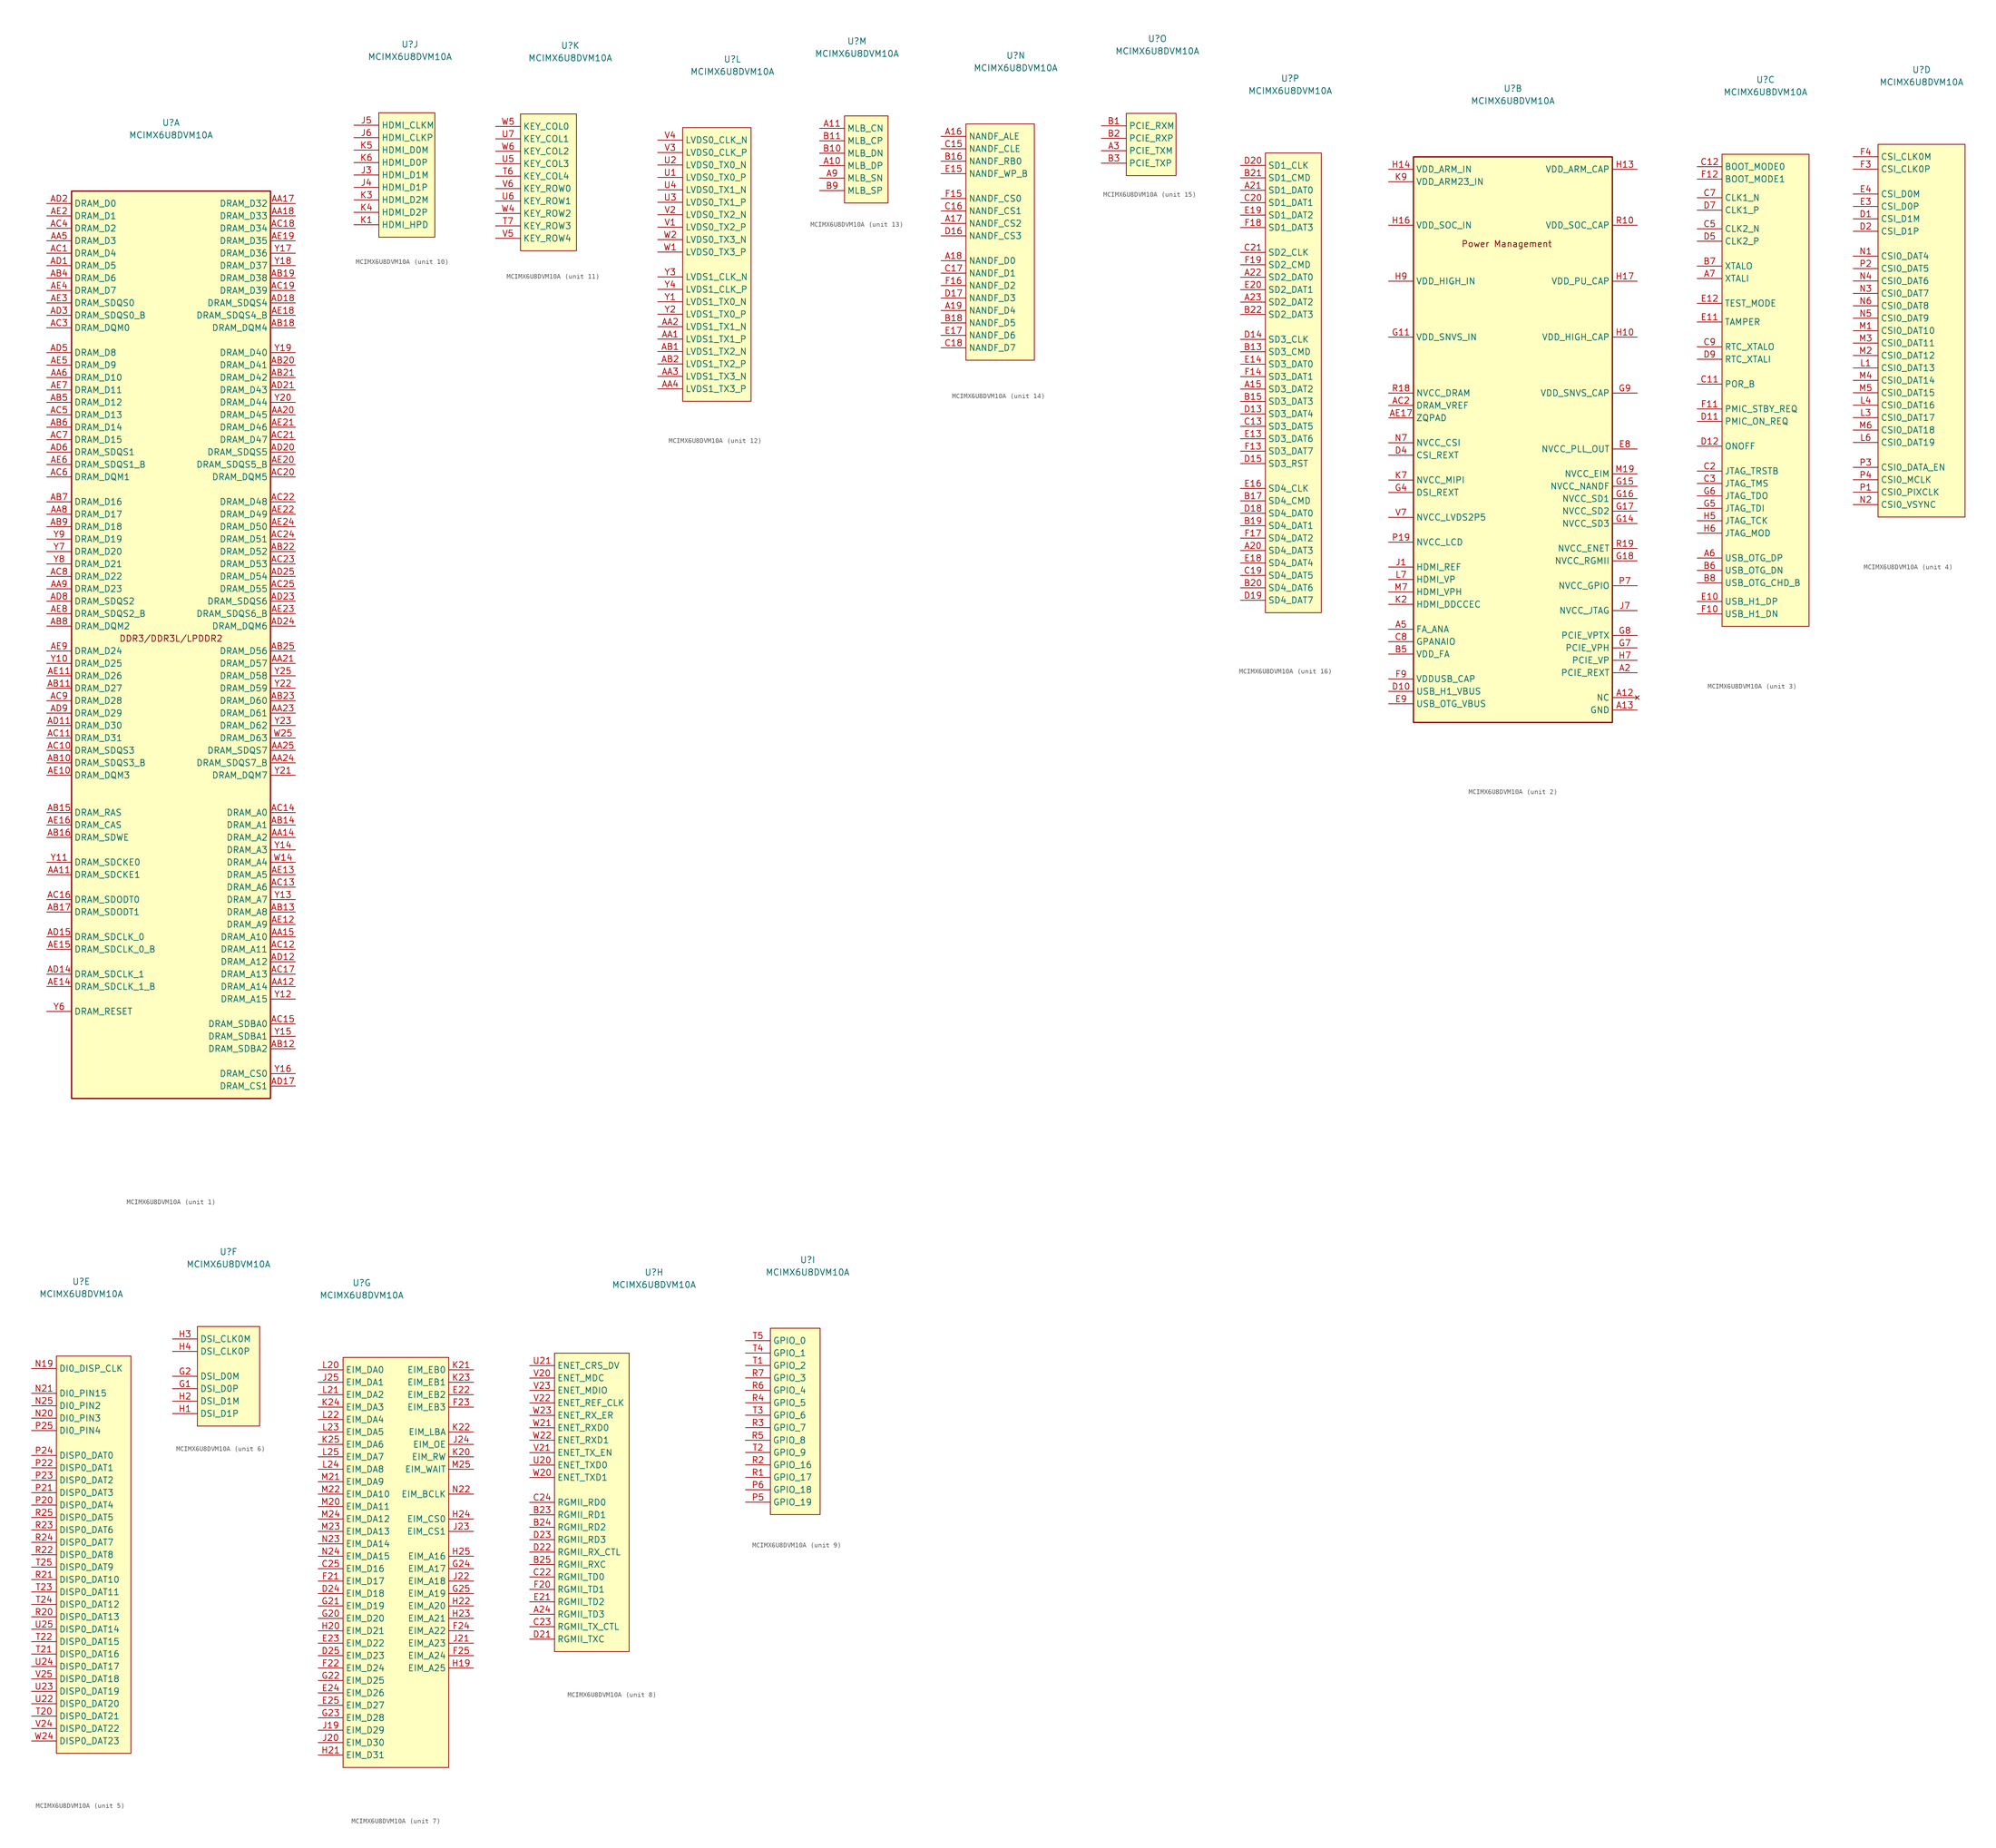
<source format=kicad_sym>
(kicad_symbol_lib
  (version 20220914)
  (generator kicad_symbol_editor)
  (symbol "MCIMX6U8DVM10A"
    (property "Reference" "U"
      (at 0 13.97 0)
      (effects (font (size 1.27 1.27))))
    (property "Value" "MCIMX6U8DVM10A"
      (at 0 11.43 0)
      (effects (font (size 1.27 1.27))))
    (property "ki_locked" ""
      (at 0 0 0)
      (effects (font (size 1.27 1.27))))
    (symbol "MCIMX6U8DVM10A_1_0"
      (text "DDR3/DDR3L/LPDDR2" (at 0 -91.44 0) (effects (font (size 1.27 1.27)))))
    (symbol "MCIMX6U8DVM10A_1_1"
      (rectangle (start -20.32 0) (end 20.32 -185.42) (stroke (width 0.254) (type default)) (fill (type background)))
      (pin output line (at -25.4 -139.7 0) (length 5.08) (name "DRAM_SDCKE1" (effects (font (size 1.27 1.27)))) (number "AA11" (effects (font (size 1.27 1.27)))))
      (pin output line (at 25.4 -162.56 180) (length 5.08) (name "DRAM_A14" (effects (font (size 1.27 1.27)))) (number "AA12" (effects (font (size 1.27 1.27)))))
      (pin output line (at 25.4 -132.08 180) (length 5.08) (name "DRAM_A2" (effects (font (size 1.27 1.27)))) (number "AA14" (effects (font (size 1.27 1.27)))))
      (pin output line (at 25.4 -152.4 180) (length 5.08) (name "DRAM_A10" (effects (font (size 1.27 1.27)))) (number "AA15" (effects (font (size 1.27 1.27)))))
      (pin bidirectional line (at 25.4 -2.54 180) (length 5.08) (name "DRAM_D32" (effects (font (size 1.27 1.27)))) (number "AA17" (effects (font (size 1.27 1.27)))))
      (pin bidirectional line (at 25.4 -5.08 180) (length 5.08) (name "DRAM_D33" (effects (font (size 1.27 1.27)))) (number "AA18" (effects (font (size 1.27 1.27)))))
      (pin bidirectional line (at 25.4 -45.72 180) (length 5.08) (name "DRAM_D45" (effects (font (size 1.27 1.27)))) (number "AA20" (effects (font (size 1.27 1.27)))))
      (pin bidirectional line (at 25.4 -96.52 180) (length 5.08) (name "DRAM_D57" (effects (font (size 1.27 1.27)))) (number "AA21" (effects (font (size 1.27 1.27)))))
      (pin bidirectional line (at 25.4 -106.68 180) (length 5.08) (name "DRAM_D61" (effects (font (size 1.27 1.27)))) (number "AA23" (effects (font (size 1.27 1.27)))))
      (pin bidirectional line (at 25.4 -116.84 180) (length 5.08) (name "DRAM_SDQS7_B" (effects (font (size 1.27 1.27)))) (number "AA24" (effects (font (size 1.27 1.27)))))
      (pin bidirectional line (at 25.4 -114.3 180) (length 5.08) (name "DRAM_SDQS7" (effects (font (size 1.27 1.27)))) (number "AA25" (effects (font (size 1.27 1.27)))))
      (pin bidirectional line (at -25.4 -10.16 0) (length 5.08) (name "DRAM_D3" (effects (font (size 1.27 1.27)))) (number "AA5" (effects (font (size 1.27 1.27)))))
      (pin bidirectional line (at -25.4 -38.1 0) (length 5.08) (name "DRAM_D10" (effects (font (size 1.27 1.27)))) (number "AA6" (effects (font (size 1.27 1.27)))))
      (pin bidirectional line (at -25.4 -66.04 0) (length 5.08) (name "DRAM_D17" (effects (font (size 1.27 1.27)))) (number "AA8" (effects (font (size 1.27 1.27)))))
      (pin bidirectional line (at -25.4 -81.28 0) (length 5.08) (name "DRAM_D23" (effects (font (size 1.27 1.27)))) (number "AA9" (effects (font (size 1.27 1.27)))))
      (pin bidirectional line (at -25.4 -116.84 0) (length 5.08) (name "DRAM_SDQS3_B" (effects (font (size 1.27 1.27)))) (number "AB10" (effects (font (size 1.27 1.27)))))
      (pin bidirectional line (at -25.4 -101.6 0) (length 5.08) (name "DRAM_D27" (effects (font (size 1.27 1.27)))) (number "AB11" (effects (font (size 1.27 1.27)))))
      (pin output line (at 25.4 -175.26 180) (length 5.08) (name "DRAM_SDBA2" (effects (font (size 1.27 1.27)))) (number "AB12" (effects (font (size 1.27 1.27)))))
      (pin output line (at 25.4 -147.32 180) (length 5.08) (name "DRAM_A8" (effects (font (size 1.27 1.27)))) (number "AB13" (effects (font (size 1.27 1.27)))))
      (pin output line (at 25.4 -129.54 180) (length 5.08) (name "DRAM_A1" (effects (font (size 1.27 1.27)))) (number "AB14" (effects (font (size 1.27 1.27)))))
      (pin output line (at -25.4 -127 0) (length 5.08) (name "DRAM_RAS" (effects (font (size 1.27 1.27)))) (number "AB15" (effects (font (size 1.27 1.27)))))
      (pin output line (at -25.4 -132.08 0) (length 5.08) (name "DRAM_SDWE" (effects (font (size 1.27 1.27)))) (number "AB16" (effects (font (size 1.27 1.27)))))
      (pin output line (at -25.4 -147.32 0) (length 5.08) (name "DRAM_SDODT1" (effects (font (size 1.27 1.27)))) (number "AB17" (effects (font (size 1.27 1.27)))))
      (pin output line (at 25.4 -27.94 180) (length 5.08) (name "DRAM_DQM4" (effects (font (size 1.27 1.27)))) (number "AB18" (effects (font (size 1.27 1.27)))))
      (pin bidirectional line (at 25.4 -17.78 180) (length 5.08) (name "DRAM_D38" (effects (font (size 1.27 1.27)))) (number "AB19" (effects (font (size 1.27 1.27)))))
      (pin bidirectional line (at 25.4 -35.56 180) (length 5.08) (name "DRAM_D41" (effects (font (size 1.27 1.27)))) (number "AB20" (effects (font (size 1.27 1.27)))))
      (pin bidirectional line (at 25.4 -38.1 180) (length 5.08) (name "DRAM_D42" (effects (font (size 1.27 1.27)))) (number "AB21" (effects (font (size 1.27 1.27)))))
      (pin bidirectional line (at 25.4 -73.66 180) (length 5.08) (name "DRAM_D52" (effects (font (size 1.27 1.27)))) (number "AB22" (effects (font (size 1.27 1.27)))))
      (pin bidirectional line (at 25.4 -104.14 180) (length 5.08) (name "DRAM_D60" (effects (font (size 1.27 1.27)))) (number "AB23" (effects (font (size 1.27 1.27)))))
      (pin bidirectional line (at 25.4 -93.98 180) (length 5.08) (name "DRAM_D56" (effects (font (size 1.27 1.27)))) (number "AB25" (effects (font (size 1.27 1.27)))))
      (pin bidirectional line (at -25.4 -17.78 0) (length 5.08) (name "DRAM_D6" (effects (font (size 1.27 1.27)))) (number "AB4" (effects (font (size 1.27 1.27)))))
      (pin bidirectional line (at -25.4 -43.18 0) (length 5.08) (name "DRAM_D12" (effects (font (size 1.27 1.27)))) (number "AB5" (effects (font (size 1.27 1.27)))))
      (pin bidirectional line (at -25.4 -48.26 0) (length 5.08) (name "DRAM_D14" (effects (font (size 1.27 1.27)))) (number "AB6" (effects (font (size 1.27 1.27)))))
      (pin bidirectional line (at -25.4 -63.5 0) (length 5.08) (name "DRAM_D16" (effects (font (size 1.27 1.27)))) (number "AB7" (effects (font (size 1.27 1.27)))))
      (pin output line (at -25.4 -88.9 0) (length 5.08) (name "DRAM_DQM2" (effects (font (size 1.27 1.27)))) (number "AB8" (effects (font (size 1.27 1.27)))))
      (pin bidirectional line (at -25.4 -68.58 0) (length 5.08) (name "DRAM_D18" (effects (font (size 1.27 1.27)))) (number "AB9" (effects (font (size 1.27 1.27)))))
      (pin bidirectional line (at -25.4 -12.7 0) (length 5.08) (name "DRAM_D4" (effects (font (size 1.27 1.27)))) (number "AC1" (effects (font (size 1.27 1.27)))))
      (pin bidirectional line (at -25.4 -114.3 0) (length 5.08) (name "DRAM_SDQS3" (effects (font (size 1.27 1.27)))) (number "AC10" (effects (font (size 1.27 1.27)))))
      (pin bidirectional line (at -25.4 -111.76 0) (length 5.08) (name "DRAM_D31" (effects (font (size 1.27 1.27)))) (number "AC11" (effects (font (size 1.27 1.27)))))
      (pin output line (at 25.4 -154.94 180) (length 5.08) (name "DRAM_A11" (effects (font (size 1.27 1.27)))) (number "AC12" (effects (font (size 1.27 1.27)))))
      (pin output line (at 25.4 -142.24 180) (length 5.08) (name "DRAM_A6" (effects (font (size 1.27 1.27)))) (number "AC13" (effects (font (size 1.27 1.27)))))
      (pin output line (at 25.4 -127 180) (length 5.08) (name "DRAM_A0" (effects (font (size 1.27 1.27)))) (number "AC14" (effects (font (size 1.27 1.27)))))
      (pin output line (at 25.4 -170.18 180) (length 5.08) (name "DRAM_SDBA0" (effects (font (size 1.27 1.27)))) (number "AC15" (effects (font (size 1.27 1.27)))))
      (pin output line (at -25.4 -144.78 0) (length 5.08) (name "DRAM_SDODT0" (effects (font (size 1.27 1.27)))) (number "AC16" (effects (font (size 1.27 1.27)))))
      (pin output line (at 25.4 -160.02 180) (length 5.08) (name "DRAM_A13" (effects (font (size 1.27 1.27)))) (number "AC17" (effects (font (size 1.27 1.27)))))
      (pin bidirectional line (at 25.4 -7.62 180) (length 5.08) (name "DRAM_D34" (effects (font (size 1.27 1.27)))) (number "AC18" (effects (font (size 1.27 1.27)))))
      (pin bidirectional line (at 25.4 -20.32 180) (length 5.08) (name "DRAM_D39" (effects (font (size 1.27 1.27)))) (number "AC19" (effects (font (size 1.27 1.27)))))
      (pin output line (at 25.4 -58.42 180) (length 5.08) (name "DRAM_DQM5" (effects (font (size 1.27 1.27)))) (number "AC20" (effects (font (size 1.27 1.27)))))
      (pin bidirectional line (at 25.4 -50.8 180) (length 5.08) (name "DRAM_D47" (effects (font (size 1.27 1.27)))) (number "AC21" (effects (font (size 1.27 1.27)))))
      (pin bidirectional line (at 25.4 -63.5 180) (length 5.08) (name "DRAM_D48" (effects (font (size 1.27 1.27)))) (number "AC22" (effects (font (size 1.27 1.27)))))
      (pin bidirectional line (at 25.4 -76.2 180) (length 5.08) (name "DRAM_D53" (effects (font (size 1.27 1.27)))) (number "AC23" (effects (font (size 1.27 1.27)))))
      (pin bidirectional line (at 25.4 -71.12 180) (length 5.08) (name "DRAM_D51" (effects (font (size 1.27 1.27)))) (number "AC24" (effects (font (size 1.27 1.27)))))
      (pin bidirectional line (at 25.4 -81.28 180) (length 5.08) (name "DRAM_D55" (effects (font (size 1.27 1.27)))) (number "AC25" (effects (font (size 1.27 1.27)))))
      (pin output line (at -25.4 -27.94 0) (length 5.08) (name "DRAM_DQM0" (effects (font (size 1.27 1.27)))) (number "AC3" (effects (font (size 1.27 1.27)))))
      (pin bidirectional line (at -25.4 -7.62 0) (length 5.08) (name "DRAM_D2" (effects (font (size 1.27 1.27)))) (number "AC4" (effects (font (size 1.27 1.27)))))
      (pin bidirectional line (at -25.4 -45.72 0) (length 5.08) (name "DRAM_D13" (effects (font (size 1.27 1.27)))) (number "AC5" (effects (font (size 1.27 1.27)))))
      (pin output line (at -25.4 -58.42 0) (length 5.08) (name "DRAM_DQM1" (effects (font (size 1.27 1.27)))) (number "AC6" (effects (font (size 1.27 1.27)))))
      (pin bidirectional line (at -25.4 -50.8 0) (length 5.08) (name "DRAM_D15" (effects (font (size 1.27 1.27)))) (number "AC7" (effects (font (size 1.27 1.27)))))
      (pin bidirectional line (at -25.4 -78.74 0) (length 5.08) (name "DRAM_D22" (effects (font (size 1.27 1.27)))) (number "AC8" (effects (font (size 1.27 1.27)))))
      (pin bidirectional line (at -25.4 -104.14 0) (length 5.08) (name "DRAM_D28" (effects (font (size 1.27 1.27)))) (number "AC9" (effects (font (size 1.27 1.27)))))
      (pin bidirectional line (at -25.4 -15.24 0) (length 5.08) (name "DRAM_D5" (effects (font (size 1.27 1.27)))) (number "AD1" (effects (font (size 1.27 1.27)))))
      (pin bidirectional line (at -25.4 -109.22 0) (length 5.08) (name "DRAM_D30" (effects (font (size 1.27 1.27)))) (number "AD11" (effects (font (size 1.27 1.27)))))
      (pin output line (at 25.4 -157.48 180) (length 5.08) (name "DRAM_A12" (effects (font (size 1.27 1.27)))) (number "AD12" (effects (font (size 1.27 1.27)))))
      (pin output line (at -25.4 -160.02 0) (length 5.08) (name "DRAM_SDCLK_1" (effects (font (size 1.27 1.27)))) (number "AD14" (effects (font (size 1.27 1.27)))))
      (pin output line (at -25.4 -152.4 0) (length 5.08) (name "DRAM_SDCLK_0" (effects (font (size 1.27 1.27)))) (number "AD15" (effects (font (size 1.27 1.27)))))
      (pin output line (at 25.4 -182.88 180) (length 5.08) (name "DRAM_CS1" (effects (font (size 1.27 1.27)))) (number "AD17" (effects (font (size 1.27 1.27)))))
      (pin bidirectional line (at 25.4 -22.86 180) (length 5.08) (name "DRAM_SDQS4" (effects (font (size 1.27 1.27)))) (number "AD18" (effects (font (size 1.27 1.27)))))
      (pin bidirectional line (at -25.4 -2.54 0) (length 5.08) (name "DRAM_D0" (effects (font (size 1.27 1.27)))) (number "AD2" (effects (font (size 1.27 1.27)))))
      (pin bidirectional line (at 25.4 -53.34 180) (length 5.08) (name "DRAM_SDQS5" (effects (font (size 1.27 1.27)))) (number "AD20" (effects (font (size 1.27 1.27)))))
      (pin bidirectional line (at 25.4 -40.64 180) (length 5.08) (name "DRAM_D43" (effects (font (size 1.27 1.27)))) (number "AD21" (effects (font (size 1.27 1.27)))))
      (pin bidirectional line (at 25.4 -83.82 180) (length 5.08) (name "DRAM_SDQS6" (effects (font (size 1.27 1.27)))) (number "AD23" (effects (font (size 1.27 1.27)))))
      (pin output line (at 25.4 -88.9 180) (length 5.08) (name "DRAM_DQM6" (effects (font (size 1.27 1.27)))) (number "AD24" (effects (font (size 1.27 1.27)))))
      (pin bidirectional line (at 25.4 -78.74 180) (length 5.08) (name "DRAM_D54" (effects (font (size 1.27 1.27)))) (number "AD25" (effects (font (size 1.27 1.27)))))
      (pin bidirectional line (at -25.4 -25.4 0) (length 5.08) (name "DRAM_SDQS0_B" (effects (font (size 1.27 1.27)))) (number "AD3" (effects (font (size 1.27 1.27)))))
      (pin bidirectional line (at -25.4 -33.02 0) (length 5.08) (name "DRAM_D8" (effects (font (size 1.27 1.27)))) (number "AD5" (effects (font (size 1.27 1.27)))))
      (pin bidirectional line (at -25.4 -53.34 0) (length 5.08) (name "DRAM_SDQS1" (effects (font (size 1.27 1.27)))) (number "AD6" (effects (font (size 1.27 1.27)))))
      (pin bidirectional line (at -25.4 -83.82 0) (length 5.08) (name "DRAM_SDQS2" (effects (font (size 1.27 1.27)))) (number "AD8" (effects (font (size 1.27 1.27)))))
      (pin bidirectional line (at -25.4 -106.68 0) (length 5.08) (name "DRAM_D29" (effects (font (size 1.27 1.27)))) (number "AD9" (effects (font (size 1.27 1.27)))))
      (pin output line (at -25.4 -119.38 0) (length 5.08) (name "DRAM_DQM3" (effects (font (size 1.27 1.27)))) (number "AE10" (effects (font (size 1.27 1.27)))))
      (pin bidirectional line (at -25.4 -99.06 0) (length 5.08) (name "DRAM_D26" (effects (font (size 1.27 1.27)))) (number "AE11" (effects (font (size 1.27 1.27)))))
      (pin output line (at 25.4 -149.86 180) (length 5.08) (name "DRAM_A9" (effects (font (size 1.27 1.27)))) (number "AE12" (effects (font (size 1.27 1.27)))))
      (pin output line (at 25.4 -139.7 180) (length 5.08) (name "DRAM_A5" (effects (font (size 1.27 1.27)))) (number "AE13" (effects (font (size 1.27 1.27)))))
      (pin output line (at -25.4 -162.56 0) (length 5.08) (name "DRAM_SDCLK_1_B" (effects (font (size 1.27 1.27)))) (number "AE14" (effects (font (size 1.27 1.27)))))
      (pin output line (at -25.4 -154.94 0) (length 5.08) (name "DRAM_SDCLK_0_B" (effects (font (size 1.27 1.27)))) (number "AE15" (effects (font (size 1.27 1.27)))))
      (pin output line (at -25.4 -129.54 0) (length 5.08) (name "DRAM_CAS" (effects (font (size 1.27 1.27)))) (number "AE16" (effects (font (size 1.27 1.27)))))
      (pin bidirectional line (at 25.4 -25.4 180) (length 5.08) (name "DRAM_SDQS4_B" (effects (font (size 1.27 1.27)))) (number "AE18" (effects (font (size 1.27 1.27)))))
      (pin bidirectional line (at 25.4 -10.16 180) (length 5.08) (name "DRAM_D35" (effects (font (size 1.27 1.27)))) (number "AE19" (effects (font (size 1.27 1.27)))))
      (pin bidirectional line (at -25.4 -5.08 0) (length 5.08) (name "DRAM_D1" (effects (font (size 1.27 1.27)))) (number "AE2" (effects (font (size 1.27 1.27)))))
      (pin bidirectional line (at 25.4 -55.88 180) (length 5.08) (name "DRAM_SDQS5_B" (effects (font (size 1.27 1.27)))) (number "AE20" (effects (font (size 1.27 1.27)))))
      (pin bidirectional line (at 25.4 -48.26 180) (length 5.08) (name "DRAM_D46" (effects (font (size 1.27 1.27)))) (number "AE21" (effects (font (size 1.27 1.27)))))
      (pin bidirectional line (at 25.4 -66.04 180) (length 5.08) (name "DRAM_D49" (effects (font (size 1.27 1.27)))) (number "AE22" (effects (font (size 1.27 1.27)))))
      (pin bidirectional line (at 25.4 -86.36 180) (length 5.08) (name "DRAM_SDQS6_B" (effects (font (size 1.27 1.27)))) (number "AE23" (effects (font (size 1.27 1.27)))))
      (pin bidirectional line (at 25.4 -68.58 180) (length 5.08) (name "DRAM_D50" (effects (font (size 1.27 1.27)))) (number "AE24" (effects (font (size 1.27 1.27)))))
      (pin bidirectional line (at -25.4 -22.86 0) (length 5.08) (name "DRAM_SDQS0" (effects (font (size 1.27 1.27)))) (number "AE3" (effects (font (size 1.27 1.27)))))
      (pin bidirectional line (at -25.4 -20.32 0) (length 5.08) (name "DRAM_D7" (effects (font (size 1.27 1.27)))) (number "AE4" (effects (font (size 1.27 1.27)))))
      (pin bidirectional line (at -25.4 -35.56 0) (length 5.08) (name "DRAM_D9" (effects (font (size 1.27 1.27)))) (number "AE5" (effects (font (size 1.27 1.27)))))
      (pin bidirectional line (at -25.4 -55.88 0) (length 5.08) (name "DRAM_SDQS1_B" (effects (font (size 1.27 1.27)))) (number "AE6" (effects (font (size 1.27 1.27)))))
      (pin bidirectional line (at -25.4 -40.64 0) (length 5.08) (name "DRAM_D11" (effects (font (size 1.27 1.27)))) (number "AE7" (effects (font (size 1.27 1.27)))))
      (pin bidirectional line (at -25.4 -86.36 0) (length 5.08) (name "DRAM_SDQS2_B" (effects (font (size 1.27 1.27)))) (number "AE8" (effects (font (size 1.27 1.27)))))
      (pin bidirectional line (at -25.4 -93.98 0) (length 5.08) (name "DRAM_D24" (effects (font (size 1.27 1.27)))) (number "AE9" (effects (font (size 1.27 1.27)))))
      (pin output line (at 25.4 -137.16 180) (length 5.08) (name "DRAM_A4" (effects (font (size 1.27 1.27)))) (number "W14" (effects (font (size 1.27 1.27)))))
      (pin bidirectional line (at 25.4 -111.76 180) (length 5.08) (name "DRAM_D63" (effects (font (size 1.27 1.27)))) (number "W25" (effects (font (size 1.27 1.27)))))
      (pin bidirectional line (at -25.4 -96.52 0) (length 5.08) (name "DRAM_D25" (effects (font (size 1.27 1.27)))) (number "Y10" (effects (font (size 1.27 1.27)))))
      (pin output line (at -25.4 -137.16 0) (length 5.08) (name "DRAM_SDCKE0" (effects (font (size 1.27 1.27)))) (number "Y11" (effects (font (size 1.27 1.27)))))
      (pin output line (at 25.4 -165.1 180) (length 5.08) (name "DRAM_A15" (effects (font (size 1.27 1.27)))) (number "Y12" (effects (font (size 1.27 1.27)))))
      (pin output line (at 25.4 -144.78 180) (length 5.08) (name "DRAM_A7" (effects (font (size 1.27 1.27)))) (number "Y13" (effects (font (size 1.27 1.27)))))
      (pin output line (at 25.4 -134.62 180) (length 5.08) (name "DRAM_A3" (effects (font (size 1.27 1.27)))) (number "Y14" (effects (font (size 1.27 1.27)))))
      (pin output line (at 25.4 -172.72 180) (length 5.08) (name "DRAM_SDBA1" (effects (font (size 1.27 1.27)))) (number "Y15" (effects (font (size 1.27 1.27)))))
      (pin output line (at 25.4 -180.34 180) (length 5.08) (name "DRAM_CS0" (effects (font (size 1.27 1.27)))) (number "Y16" (effects (font (size 1.27 1.27)))))
      (pin bidirectional line (at 25.4 -12.7 180) (length 5.08) (name "DRAM_D36" (effects (font (size 1.27 1.27)))) (number "Y17" (effects (font (size 1.27 1.27)))))
      (pin bidirectional line (at 25.4 -15.24 180) (length 5.08) (name "DRAM_D37" (effects (font (size 1.27 1.27)))) (number "Y18" (effects (font (size 1.27 1.27)))))
      (pin bidirectional line (at 25.4 -33.02 180) (length 5.08) (name "DRAM_D40" (effects (font (size 1.27 1.27)))) (number "Y19" (effects (font (size 1.27 1.27)))))
      (pin bidirectional line (at 25.4 -43.18 180) (length 5.08) (name "DRAM_D44" (effects (font (size 1.27 1.27)))) (number "Y20" (effects (font (size 1.27 1.27)))))
      (pin output line (at 25.4 -119.38 180) (length 5.08) (name "DRAM_DQM7" (effects (font (size 1.27 1.27)))) (number "Y21" (effects (font (size 1.27 1.27)))))
      (pin bidirectional line (at 25.4 -101.6 180) (length 5.08) (name "DRAM_D59" (effects (font (size 1.27 1.27)))) (number "Y22" (effects (font (size 1.27 1.27)))))
      (pin bidirectional line (at 25.4 -109.22 180) (length 5.08) (name "DRAM_D62" (effects (font (size 1.27 1.27)))) (number "Y23" (effects (font (size 1.27 1.27)))))
      (pin bidirectional line (at 25.4 -99.06 180) (length 5.08) (name "DRAM_D58" (effects (font (size 1.27 1.27)))) (number "Y25" (effects (font (size 1.27 1.27)))))
      (pin output line (at -25.4 -167.64 0) (length 5.08) (name "DRAM_RESET" (effects (font (size 1.27 1.27)))) (number "Y6" (effects (font (size 1.27 1.27)))))
      (pin bidirectional line (at -25.4 -73.66 0) (length 5.08) (name "DRAM_D20" (effects (font (size 1.27 1.27)))) (number "Y7" (effects (font (size 1.27 1.27)))))
      (pin bidirectional line (at -25.4 -76.2 0) (length 5.08) (name "DRAM_D21" (effects (font (size 1.27 1.27)))) (number "Y8" (effects (font (size 1.27 1.27)))))
      (pin bidirectional line (at -25.4 -71.12 0) (length 5.08) (name "DRAM_D19" (effects (font (size 1.27 1.27)))) (number "Y9" (effects (font (size 1.27 1.27))))))
    (symbol "MCIMX6U8DVM10A_2_0"
      (text "Power Management" (at -1.27 -17.78 0) (effects (font (size 1.27 1.27)))))
    (symbol "MCIMX6U8DVM10A_2_1"
      (rectangle (start -20.32 0) (end 20.32 -115.57) (stroke (width 0.254) (type default)) (fill (type background)))
      (pin no_connect line (at 7.62 -110.49 180) (length 5.08) hide (name "NC" (effects (font (size 1.27 1.27)))) (number "" (effects (font (size 1.27 1.27)))))
      (pin no_connect line (at 25.4 -110.49 180) (length 5.08) (name "NC" (effects (font (size 1.27 1.27)))) (number "A12" (effects (font (size 1.27 1.27)))))
      (pin power_in line (at 25.4 -113.03 180) (length 5.08) (name "GND" (effects (font (size 1.27 1.27)))) (number "A13" (effects (font (size 1.27 1.27)))))
      (pin no_connect line (at 25.4 -110.49 180) (length 5.08) hide (name "NC" (effects (font (size 1.27 1.27)))) (number "A14" (effects (font (size 1.27 1.27)))))
      (pin passive line (at 25.4 -105.41 180) (length 5.08) (name "PCIE_REXT" (effects (font (size 1.27 1.27)))) (number "A2" (effects (font (size 1.27 1.27)))))
      (pin passive line (at 25.4 -113.03 180) (length 5.08) hide (name "GND" (effects (font (size 1.27 1.27)))) (number "A25" (effects (font (size 1.27 1.27)))))
      (pin passive line (at 25.4 -113.03 180) (length 5.08) hide (name "GND" (effects (font (size 1.27 1.27)))) (number "A4" (effects (font (size 1.27 1.27)))))
      (pin passive line (at -25.4 -96.52 0) (length 5.08) (name "FA_ANA" (effects (font (size 1.27 1.27)))) (number "A5" (effects (font (size 1.27 1.27)))))
      (pin passive line (at 25.4 -113.03 180) (length 5.08) hide (name "GND" (effects (font (size 1.27 1.27)))) (number "A8" (effects (font (size 1.27 1.27)))))
      (pin passive line (at 25.4 -113.03 180) (length 5.08) hide (name "GND" (effects (font (size 1.27 1.27)))) (number "AA10" (effects (font (size 1.27 1.27)))))
      (pin passive line (at 25.4 -113.03 180) (length 5.08) hide (name "GND" (effects (font (size 1.27 1.27)))) (number "AA13" (effects (font (size 1.27 1.27)))))
      (pin passive line (at 25.4 -113.03 180) (length 5.08) hide (name "GND" (effects (font (size 1.27 1.27)))) (number "AA16" (effects (font (size 1.27 1.27)))))
      (pin passive line (at 25.4 -113.03 180) (length 5.08) hide (name "GND" (effects (font (size 1.27 1.27)))) (number "AA19" (effects (font (size 1.27 1.27)))))
      (pin passive line (at 25.4 -113.03 180) (length 5.08) hide (name "GND" (effects (font (size 1.27 1.27)))) (number "AA22" (effects (font (size 1.27 1.27)))))
      (pin passive line (at 25.4 -113.03 180) (length 5.08) hide (name "GND" (effects (font (size 1.27 1.27)))) (number "AA7" (effects (font (size 1.27 1.27)))))
      (pin passive line (at 25.4 -113.03 180) (length 5.08) hide (name "GND" (effects (font (size 1.27 1.27)))) (number "AB24" (effects (font (size 1.27 1.27)))))
      (pin passive line (at 25.4 -113.03 180) (length 5.08) hide (name "GND" (effects (font (size 1.27 1.27)))) (number "AB3" (effects (font (size 1.27 1.27)))))
      (pin passive line (at -25.4 -50.8 0) (length 5.08) (name "DRAM_VREF" (effects (font (size 1.27 1.27)))) (number "AC2" (effects (font (size 1.27 1.27)))))
      (pin passive line (at 25.4 -113.03 180) (length 5.08) hide (name "GND" (effects (font (size 1.27 1.27)))) (number "AD10" (effects (font (size 1.27 1.27)))))
      (pin passive line (at 25.4 -113.03 180) (length 5.08) hide (name "GND" (effects (font (size 1.27 1.27)))) (number "AD13" (effects (font (size 1.27 1.27)))))
      (pin passive line (at 25.4 -113.03 180) (length 5.08) hide (name "GND" (effects (font (size 1.27 1.27)))) (number "AD16" (effects (font (size 1.27 1.27)))))
      (pin passive line (at 25.4 -113.03 180) (length 5.08) hide (name "GND" (effects (font (size 1.27 1.27)))) (number "AD19" (effects (font (size 1.27 1.27)))))
      (pin passive line (at 25.4 -113.03 180) (length 5.08) hide (name "GND" (effects (font (size 1.27 1.27)))) (number "AD22" (effects (font (size 1.27 1.27)))))
      (pin passive line (at 25.4 -113.03 180) (length 5.08) hide (name "GND" (effects (font (size 1.27 1.27)))) (number "AD4" (effects (font (size 1.27 1.27)))))
      (pin passive line (at 25.4 -113.03 180) (length 5.08) hide (name "GND" (effects (font (size 1.27 1.27)))) (number "AD7" (effects (font (size 1.27 1.27)))))
      (pin passive line (at 25.4 -113.03 180) (length 5.08) hide (name "GND" (effects (font (size 1.27 1.27)))) (number "AE1" (effects (font (size 1.27 1.27)))))
      (pin passive line (at -25.4 -53.34 0) (length 5.08) (name "ZQPAD" (effects (font (size 1.27 1.27)))) (number "AE17" (effects (font (size 1.27 1.27)))))
      (pin passive line (at 25.4 -113.03 180) (length 5.08) hide (name "GND" (effects (font (size 1.27 1.27)))) (number "AE25" (effects (font (size 1.27 1.27)))))
      (pin no_connect line (at 25.4 -110.49 180) (length 5.08) hide (name "NC" (effects (font (size 1.27 1.27)))) (number "B12" (effects (font (size 1.27 1.27)))))
      (pin no_connect line (at 25.4 -110.49 180) (length 5.08) hide (name "NC" (effects (font (size 1.27 1.27)))) (number "B14" (effects (font (size 1.27 1.27)))))
      (pin passive line (at 25.4 -113.03 180) (length 5.08) hide (name "GND" (effects (font (size 1.27 1.27)))) (number "B4" (effects (font (size 1.27 1.27)))))
      (pin passive line (at -25.4 -101.6 0) (length 5.08) (name "VDD_FA" (effects (font (size 1.27 1.27)))) (number "B5" (effects (font (size 1.27 1.27)))))
      (pin passive line (at 25.4 -113.03 180) (length 5.08) hide (name "GND" (effects (font (size 1.27 1.27)))) (number "C1" (effects (font (size 1.27 1.27)))))
      (pin passive line (at 25.4 -113.03 180) (length 5.08) hide (name "GND" (effects (font (size 1.27 1.27)))) (number "C10" (effects (font (size 1.27 1.27)))))
      (pin no_connect line (at 25.4 -110.49 180) (length 5.08) hide (name "NC" (effects (font (size 1.27 1.27)))) (number "C14" (effects (font (size 1.27 1.27)))))
      (pin passive line (at 25.4 -113.03 180) (length 5.08) hide (name "GND" (effects (font (size 1.27 1.27)))) (number "C4" (effects (font (size 1.27 1.27)))))
      (pin passive line (at 25.4 -113.03 180) (length 5.08) hide (name "GND" (effects (font (size 1.27 1.27)))) (number "C6" (effects (font (size 1.27 1.27)))))
      (pin passive line (at -25.4 -99.06 0) (length 5.08) (name "GPANAIO" (effects (font (size 1.27 1.27)))) (number "C8" (effects (font (size 1.27 1.27)))))
      (pin passive line (at -25.4 -109.22 0) (length 5.08) (name "USB_H1_VBUS" (effects (font (size 1.27 1.27)))) (number "D10" (effects (font (size 1.27 1.27)))))
      (pin passive line (at 25.4 -113.03 180) (length 5.08) hide (name "GND" (effects (font (size 1.27 1.27)))) (number "D3" (effects (font (size 1.27 1.27)))))
      (pin passive line (at -25.4 -60.96 0) (length 5.08) (name "CSI_REXT" (effects (font (size 1.27 1.27)))) (number "D4" (effects (font (size 1.27 1.27)))))
      (pin passive line (at 25.4 -113.03 180) (length 5.08) hide (name "GND" (effects (font (size 1.27 1.27)))) (number "D6" (effects (font (size 1.27 1.27)))))
      (pin passive line (at 25.4 -113.03 180) (length 5.08) hide (name "GND" (effects (font (size 1.27 1.27)))) (number "D8" (effects (font (size 1.27 1.27)))))
      (pin passive line (at 25.4 -113.03 180) (length 5.08) hide (name "GND" (effects (font (size 1.27 1.27)))) (number "E5" (effects (font (size 1.27 1.27)))))
      (pin passive line (at 25.4 -113.03 180) (length 5.08) hide (name "GND" (effects (font (size 1.27 1.27)))) (number "E6" (effects (font (size 1.27 1.27)))))
      (pin passive line (at 25.4 -113.03 180) (length 5.08) hide (name "GND" (effects (font (size 1.27 1.27)))) (number "E7" (effects (font (size 1.27 1.27)))))
      (pin power_out line (at 25.4 -59.69 180) (length 5.08) (name "NVCC_PLL_OUT" (effects (font (size 1.27 1.27)))) (number "E8" (effects (font (size 1.27 1.27)))))
      (pin passive line (at -25.4 -111.76 0) (length 5.08) (name "USB_OTG_VBUS" (effects (font (size 1.27 1.27)))) (number "E9" (effects (font (size 1.27 1.27)))))
      (pin passive line (at 25.4 -113.03 180) (length 5.08) hide (name "GND" (effects (font (size 1.27 1.27)))) (number "F5" (effects (font (size 1.27 1.27)))))
      (pin passive line (at 25.4 -113.03 180) (length 5.08) hide (name "GND" (effects (font (size 1.27 1.27)))) (number "F6" (effects (font (size 1.27 1.27)))))
      (pin passive line (at 25.4 -113.03 180) (length 5.08) hide (name "GND" (effects (font (size 1.27 1.27)))) (number "F7" (effects (font (size 1.27 1.27)))))
      (pin passive line (at 25.4 -113.03 180) (length 5.08) hide (name "GND" (effects (font (size 1.27 1.27)))) (number "F8" (effects (font (size 1.27 1.27)))))
      (pin passive line (at -25.4 -106.68 0) (length 5.08) (name "VDDUSB_CAP" (effects (font (size 1.27 1.27)))) (number "F9" (effects (font (size 1.27 1.27)))))
      (pin passive line (at 25.4 -113.03 180) (length 5.08) hide (name "GND" (effects (font (size 1.27 1.27)))) (number "G10" (effects (font (size 1.27 1.27)))))
      (pin power_in line (at -25.4 -36.83 0) (length 5.08) (name "VDD_SNVS_IN" (effects (font (size 1.27 1.27)))) (number "G11" (effects (font (size 1.27 1.27)))))
      (pin no_connect line (at 25.4 -110.49 180) (length 5.08) hide (name "NC" (effects (font (size 1.27 1.27)))) (number "G12" (effects (font (size 1.27 1.27)))))
      (pin no_connect line (at 25.4 -110.49 180) (length 5.08) hide (name "NC" (effects (font (size 1.27 1.27)))) (number "G13" (effects (font (size 1.27 1.27)))))
      (pin passive line (at 25.4 -74.93 180) (length 5.08) (name "NVCC_SD3" (effects (font (size 1.27 1.27)))) (number "G14" (effects (font (size 1.27 1.27)))))
      (pin passive line (at 25.4 -67.31 180) (length 5.08) (name "NVCC_NANDF" (effects (font (size 1.27 1.27)))) (number "G15" (effects (font (size 1.27 1.27)))))
      (pin passive line (at 25.4 -69.85 180) (length 5.08) (name "NVCC_SD1" (effects (font (size 1.27 1.27)))) (number "G16" (effects (font (size 1.27 1.27)))))
      (pin passive line (at 25.4 -72.39 180) (length 5.08) (name "NVCC_SD2" (effects (font (size 1.27 1.27)))) (number "G17" (effects (font (size 1.27 1.27)))))
      (pin passive line (at 25.4 -82.55 180) (length 5.08) (name "NVCC_RGMII" (effects (font (size 1.27 1.27)))) (number "G18" (effects (font (size 1.27 1.27)))))
      (pin passive line (at 25.4 -113.03 180) (length 5.08) hide (name "GND" (effects (font (size 1.27 1.27)))) (number "G19" (effects (font (size 1.27 1.27)))))
      (pin passive line (at 25.4 -113.03 180) (length 5.08) hide (name "GND" (effects (font (size 1.27 1.27)))) (number "G3" (effects (font (size 1.27 1.27)))))
      (pin passive line (at -25.4 -68.58 0) (length 5.08) (name "DSI_REXT" (effects (font (size 1.27 1.27)))) (number "G4" (effects (font (size 1.27 1.27)))))
      (pin passive line (at 25.4 -100.33 180) (length 5.08) (name "PCIE_VPH" (effects (font (size 1.27 1.27)))) (number "G7" (effects (font (size 1.27 1.27)))))
      (pin passive line (at 25.4 -97.79 180) (length 5.08) (name "PCIE_VPTX" (effects (font (size 1.27 1.27)))) (number "G8" (effects (font (size 1.27 1.27)))))
      (pin power_out line (at 25.4 -48.26 180) (length 5.08) (name "VDD_SNVS_CAP" (effects (font (size 1.27 1.27)))) (number "G9" (effects (font (size 1.27 1.27)))))
      (pin power_out line (at 25.4 -36.83 180) (length 5.08) (name "VDD_HIGH_CAP" (effects (font (size 1.27 1.27)))) (number "H10" (effects (font (size 1.27 1.27)))))
      (pin passive line (at 25.4 -2.54 180) (length 5.08) hide (name "VDD_ARM_CAP" (effects (font (size 1.27 1.27)))) (number "H11" (effects (font (size 1.27 1.27)))))
      (pin passive line (at 25.4 -113.03 180) (length 5.08) hide (name "GND" (effects (font (size 1.27 1.27)))) (number "H12" (effects (font (size 1.27 1.27)))))
      (pin power_out line (at 25.4 -2.54 180) (length 5.08) (name "VDD_ARM_CAP" (effects (font (size 1.27 1.27)))) (number "H13" (effects (font (size 1.27 1.27)))))
      (pin power_in line (at -25.4 -2.54 0) (length 5.08) (name "VDD_ARM_IN" (effects (font (size 1.27 1.27)))) (number "H14" (effects (font (size 1.27 1.27)))))
      (pin passive line (at 25.4 -113.03 180) (length 5.08) hide (name "GND" (effects (font (size 1.27 1.27)))) (number "H15" (effects (font (size 1.27 1.27)))))
      (pin power_in line (at -25.4 -13.97 0) (length 5.08) (name "VDD_SOC_IN" (effects (font (size 1.27 1.27)))) (number "H16" (effects (font (size 1.27 1.27)))))
      (pin power_out line (at 25.4 -25.4 180) (length 5.08) (name "VDD_PU_CAP" (effects (font (size 1.27 1.27)))) (number "H17" (effects (font (size 1.27 1.27)))))
      (pin passive line (at 25.4 -113.03 180) (length 5.08) hide (name "GND" (effects (font (size 1.27 1.27)))) (number "H18" (effects (font (size 1.27 1.27)))))
      (pin passive line (at 25.4 -102.87 180) (length 5.08) (name "PCIE_VP" (effects (font (size 1.27 1.27)))) (number "H7" (effects (font (size 1.27 1.27)))))
      (pin passive line (at 25.4 -113.03 180) (length 5.08) hide (name "GND" (effects (font (size 1.27 1.27)))) (number "H8" (effects (font (size 1.27 1.27)))))
      (pin power_in line (at -25.4 -25.4 0) (length 5.08) (name "VDD_HIGH_IN" (effects (font (size 1.27 1.27)))) (number "H9" (effects (font (size 1.27 1.27)))))
      (pin passive line (at -25.4 -83.82 0) (length 5.08) (name "HDMI_REF" (effects (font (size 1.27 1.27)))) (number "J1" (effects (font (size 1.27 1.27)))))
      (pin passive line (at 25.4 -36.83 180) (length 5.08) hide (name "VDD_HIGH_CAP" (effects (font (size 1.27 1.27)))) (number "J10" (effects (font (size 1.27 1.27)))))
      (pin passive line (at 25.4 -2.54 180) (length 5.08) hide (name "VDD_ARM_CAP" (effects (font (size 1.27 1.27)))) (number "J11" (effects (font (size 1.27 1.27)))))
      (pin passive line (at 25.4 -113.03 180) (length 5.08) hide (name "GND" (effects (font (size 1.27 1.27)))) (number "J12" (effects (font (size 1.27 1.27)))))
      (pin passive line (at 25.4 -2.54 180) (length 5.08) hide (name "VDD_ARM_CAP" (effects (font (size 1.27 1.27)))) (number "J13" (effects (font (size 1.27 1.27)))))
      (pin passive line (at -25.4 -2.54 0) (length 5.08) hide (name "VDD_ARM_IN" (effects (font (size 1.27 1.27)))) (number "J14" (effects (font (size 1.27 1.27)))))
      (pin passive line (at 25.4 -113.03 180) (length 5.08) hide (name "GND" (effects (font (size 1.27 1.27)))) (number "J15" (effects (font (size 1.27 1.27)))))
      (pin passive line (at -25.4 -13.97 0) (length 5.08) hide (name "VDD_SOC_IN" (effects (font (size 1.27 1.27)))) (number "J16" (effects (font (size 1.27 1.27)))))
      (pin passive line (at 25.4 -25.4 180) (length 5.08) hide (name "VDD_PU_CAP" (effects (font (size 1.27 1.27)))) (number "J17" (effects (font (size 1.27 1.27)))))
      (pin passive line (at 25.4 -113.03 180) (length 5.08) hide (name "GND" (effects (font (size 1.27 1.27)))) (number "J18" (effects (font (size 1.27 1.27)))))
      (pin passive line (at 25.4 -113.03 180) (length 5.08) hide (name "GND" (effects (font (size 1.27 1.27)))) (number "J2" (effects (font (size 1.27 1.27)))))
      (pin passive line (at 25.4 -92.71 180) (length 5.08) (name "NVCC_JTAG" (effects (font (size 1.27 1.27)))) (number "J7" (effects (font (size 1.27 1.27)))))
      (pin passive line (at 25.4 -113.03 180) (length 5.08) hide (name "GND" (effects (font (size 1.27 1.27)))) (number "J8" (effects (font (size 1.27 1.27)))))
      (pin passive line (at -25.4 -25.4 0) (length 5.08) hide (name "VDD_HIGH_IN" (effects (font (size 1.27 1.27)))) (number "J9" (effects (font (size 1.27 1.27)))))
      (pin passive line (at 25.4 -113.03 180) (length 5.08) hide (name "GND" (effects (font (size 1.27 1.27)))) (number "K10" (effects (font (size 1.27 1.27)))))
      (pin passive line (at 25.4 -2.54 180) (length 5.08) hide (name "VDD_ARM_CAP" (effects (font (size 1.27 1.27)))) (number "K11" (effects (font (size 1.27 1.27)))))
      (pin passive line (at 25.4 -113.03 180) (length 5.08) hide (name "GND" (effects (font (size 1.27 1.27)))) (number "K12" (effects (font (size 1.27 1.27)))))
      (pin passive line (at 25.4 -2.54 180) (length 5.08) hide (name "VDD_ARM_CAP" (effects (font (size 1.27 1.27)))) (number "K13" (effects (font (size 1.27 1.27)))))
      (pin passive line (at -25.4 -2.54 0) (length 5.08) hide (name "VDD_ARM_IN" (effects (font (size 1.27 1.27)))) (number "K14" (effects (font (size 1.27 1.27)))))
      (pin passive line (at 25.4 -113.03 180) (length 5.08) hide (name "GND" (effects (font (size 1.27 1.27)))) (number "K15" (effects (font (size 1.27 1.27)))))
      (pin passive line (at -25.4 -13.97 0) (length 5.08) hide (name "VDD_SOC_IN" (effects (font (size 1.27 1.27)))) (number "K16" (effects (font (size 1.27 1.27)))))
      (pin passive line (at 25.4 -25.4 180) (length 5.08) hide (name "VDD_PU_CAP" (effects (font (size 1.27 1.27)))) (number "K17" (effects (font (size 1.27 1.27)))))
      (pin passive line (at 25.4 -113.03 180) (length 5.08) hide (name "GND" (effects (font (size 1.27 1.27)))) (number "K18" (effects (font (size 1.27 1.27)))))
      (pin passive line (at 25.4 -64.77 180) (length 5.08) hide (name "NVCC_EIM" (effects (font (size 1.27 1.27)))) (number "K19" (effects (font (size 1.27 1.27)))))
      (pin passive line (at -25.4 -91.44 0) (length 5.08) (name "HDMI_DDCCEC" (effects (font (size 1.27 1.27)))) (number "K2" (effects (font (size 1.27 1.27)))))
      (pin passive line (at -25.4 -66.04 0) (length 5.08) (name "NVCC_MIPI" (effects (font (size 1.27 1.27)))) (number "K7" (effects (font (size 1.27 1.27)))))
      (pin passive line (at 25.4 -113.03 180) (length 5.08) hide (name "GND" (effects (font (size 1.27 1.27)))) (number "K8" (effects (font (size 1.27 1.27)))))
      (pin power_in line (at -25.4 -5.08 0) (length 5.08) (name "VDD_ARM23_IN" (effects (font (size 1.27 1.27)))) (number "K9" (effects (font (size 1.27 1.27)))))
      (pin passive line (at 25.4 -113.03 180) (length 5.08) hide (name "GND" (effects (font (size 1.27 1.27)))) (number "L10" (effects (font (size 1.27 1.27)))))
      (pin passive line (at 25.4 -2.54 180) (length 5.08) hide (name "VDD_ARM_CAP" (effects (font (size 1.27 1.27)))) (number "L11" (effects (font (size 1.27 1.27)))))
      (pin passive line (at 25.4 -113.03 180) (length 5.08) hide (name "GND" (effects (font (size 1.27 1.27)))) (number "L12" (effects (font (size 1.27 1.27)))))
      (pin passive line (at 25.4 -2.54 180) (length 5.08) hide (name "VDD_ARM_CAP" (effects (font (size 1.27 1.27)))) (number "L13" (effects (font (size 1.27 1.27)))))
      (pin passive line (at -25.4 -2.54 0) (length 5.08) hide (name "VDD_ARM_IN" (effects (font (size 1.27 1.27)))) (number "L14" (effects (font (size 1.27 1.27)))))
      (pin passive line (at 25.4 -113.03 180) (length 5.08) hide (name "GND" (effects (font (size 1.27 1.27)))) (number "L15" (effects (font (size 1.27 1.27)))))
      (pin passive line (at -25.4 -13.97 0) (length 5.08) hide (name "VDD_SOC_IN" (effects (font (size 1.27 1.27)))) (number "L16" (effects (font (size 1.27 1.27)))))
      (pin passive line (at 25.4 -25.4 180) (length 5.08) hide (name "VDD_PU_CAP" (effects (font (size 1.27 1.27)))) (number "L17" (effects (font (size 1.27 1.27)))))
      (pin passive line (at 25.4 -113.03 180) (length 5.08) hide (name "GND" (effects (font (size 1.27 1.27)))) (number "L18" (effects (font (size 1.27 1.27)))))
      (pin passive line (at 25.4 -64.77 180) (length 5.08) hide (name "NVCC_EIM" (effects (font (size 1.27 1.27)))) (number "L19" (effects (font (size 1.27 1.27)))))
      (pin passive line (at 25.4 -113.03 180) (length 5.08) hide (name "GND" (effects (font (size 1.27 1.27)))) (number "L2" (effects (font (size 1.27 1.27)))))
      (pin passive line (at 25.4 -113.03 180) (length 5.08) hide (name "GND" (effects (font (size 1.27 1.27)))) (number "L5" (effects (font (size 1.27 1.27)))))
      (pin passive line (at -25.4 -86.36 0) (length 5.08) (name "HDMI_VP" (effects (font (size 1.27 1.27)))) (number "L7" (effects (font (size 1.27 1.27)))))
      (pin passive line (at 25.4 -113.03 180) (length 5.08) hide (name "GND" (effects (font (size 1.27 1.27)))) (number "L8" (effects (font (size 1.27 1.27)))))
      (pin passive line (at -25.4 -5.08 0) (length 5.08) hide (name "VDD_ARM23_IN" (effects (font (size 1.27 1.27)))) (number "L9" (effects (font (size 1.27 1.27)))))
      (pin passive line (at 25.4 -113.03 180) (length 5.08) hide (name "GND" (effects (font (size 1.27 1.27)))) (number "M10" (effects (font (size 1.27 1.27)))))
      (pin passive line (at 25.4 -2.54 180) (length 5.08) hide (name "VDD_ARM_CAP" (effects (font (size 1.27 1.27)))) (number "M11" (effects (font (size 1.27 1.27)))))
      (pin passive line (at 25.4 -113.03 180) (length 5.08) hide (name "GND" (effects (font (size 1.27 1.27)))) (number "M12" (effects (font (size 1.27 1.27)))))
      (pin passive line (at 25.4 -2.54 180) (length 5.08) hide (name "VDD_ARM_CAP" (effects (font (size 1.27 1.27)))) (number "M13" (effects (font (size 1.27 1.27)))))
      (pin passive line (at -25.4 -2.54 0) (length 5.08) hide (name "VDD_ARM_IN" (effects (font (size 1.27 1.27)))) (number "M14" (effects (font (size 1.27 1.27)))))
      (pin passive line (at 25.4 -113.03 180) (length 5.08) hide (name "GND" (effects (font (size 1.27 1.27)))) (number "M15" (effects (font (size 1.27 1.27)))))
      (pin passive line (at -25.4 -13.97 0) (length 5.08) hide (name "VDD_SOC_IN" (effects (font (size 1.27 1.27)))) (number "M16" (effects (font (size 1.27 1.27)))))
      (pin passive line (at 25.4 -25.4 180) (length 5.08) hide (name "VDD_PU_CAP" (effects (font (size 1.27 1.27)))) (number "M17" (effects (font (size 1.27 1.27)))))
      (pin passive line (at 25.4 -113.03 180) (length 5.08) hide (name "GND" (effects (font (size 1.27 1.27)))) (number "M18" (effects (font (size 1.27 1.27)))))
      (pin passive line (at 25.4 -64.77 180) (length 5.08) (name "NVCC_EIM" (effects (font (size 1.27 1.27)))) (number "M19" (effects (font (size 1.27 1.27)))))
      (pin passive line (at -25.4 -88.9 0) (length 5.08) (name "HDMI_VPH" (effects (font (size 1.27 1.27)))) (number "M7" (effects (font (size 1.27 1.27)))))
      (pin passive line (at 25.4 -113.03 180) (length 5.08) hide (name "GND" (effects (font (size 1.27 1.27)))) (number "M8" (effects (font (size 1.27 1.27)))))
      (pin passive line (at -25.4 -5.08 0) (length 5.08) hide (name "VDD_ARM23_IN" (effects (font (size 1.27 1.27)))) (number "M9" (effects (font (size 1.27 1.27)))))
      (pin passive line (at 25.4 -113.03 180) (length 5.08) hide (name "GND" (effects (font (size 1.27 1.27)))) (number "N10" (effects (font (size 1.27 1.27)))))
      (pin passive line (at 25.4 -2.54 180) (length 5.08) hide (name "VDD_ARM_CAP" (effects (font (size 1.27 1.27)))) (number "N11" (effects (font (size 1.27 1.27)))))
      (pin no_connect line (at 25.4 -110.49 180) (length 5.08) hide (name "NC" (effects (font (size 1.27 1.27)))) (number "N12" (effects (font (size 1.27 1.27)))))
      (pin passive line (at 25.4 -2.54 180) (length 5.08) hide (name "VDD_ARM_CAP" (effects (font (size 1.27 1.27)))) (number "N13" (effects (font (size 1.27 1.27)))))
      (pin passive line (at -25.4 -2.54 0) (length 5.08) hide (name "VDD_ARM_IN" (effects (font (size 1.27 1.27)))) (number "N14" (effects (font (size 1.27 1.27)))))
      (pin passive line (at 25.4 -113.03 180) (length 5.08) hide (name "GND" (effects (font (size 1.27 1.27)))) (number "N15" (effects (font (size 1.27 1.27)))))
      (pin passive line (at -25.4 -13.97 0) (length 5.08) hide (name "VDD_SOC_IN" (effects (font (size 1.27 1.27)))) (number "N16" (effects (font (size 1.27 1.27)))))
      (pin passive line (at 25.4 -25.4 180) (length 5.08) hide (name "VDD_PU_CAP" (effects (font (size 1.27 1.27)))) (number "N17" (effects (font (size 1.27 1.27)))))
      (pin passive line (at 25.4 -113.03 180) (length 5.08) hide (name "GND" (effects (font (size 1.27 1.27)))) (number "N18" (effects (font (size 1.27 1.27)))))
      (pin passive line (at -25.4 -58.42 0) (length 5.08) (name "NVCC_CSI" (effects (font (size 1.27 1.27)))) (number "N7" (effects (font (size 1.27 1.27)))))
      (pin passive line (at 25.4 -113.03 180) (length 5.08) hide (name "GND" (effects (font (size 1.27 1.27)))) (number "N8" (effects (font (size 1.27 1.27)))))
      (pin passive line (at -25.4 -5.08 0) (length 5.08) hide (name "VDD_ARM23_IN" (effects (font (size 1.27 1.27)))) (number "N9" (effects (font (size 1.27 1.27)))))
      (pin passive line (at 25.4 -113.03 180) (length 5.08) hide (name "GND" (effects (font (size 1.27 1.27)))) (number "P10" (effects (font (size 1.27 1.27)))))
      (pin passive line (at 25.4 -2.54 180) (length 5.08) hide (name "VDD_ARM_CAP" (effects (font (size 1.27 1.27)))) (number "P11" (effects (font (size 1.27 1.27)))))
      (pin passive line (at 25.4 -113.03 180) (length 5.08) hide (name "GND" (effects (font (size 1.27 1.27)))) (number "P12" (effects (font (size 1.27 1.27)))))
      (pin passive line (at 25.4 -2.54 180) (length 5.08) hide (name "VDD_ARM_CAP" (effects (font (size 1.27 1.27)))) (number "P13" (effects (font (size 1.27 1.27)))))
      (pin passive line (at -25.4 -2.54 0) (length 5.08) hide (name "VDD_ARM_IN" (effects (font (size 1.27 1.27)))) (number "P14" (effects (font (size 1.27 1.27)))))
      (pin passive line (at 25.4 -113.03 180) (length 5.08) hide (name "GND" (effects (font (size 1.27 1.27)))) (number "P15" (effects (font (size 1.27 1.27)))))
      (pin passive line (at -25.4 -13.97 0) (length 5.08) hide (name "VDD_SOC_IN" (effects (font (size 1.27 1.27)))) (number "P16" (effects (font (size 1.27 1.27)))))
      (pin passive line (at 25.4 -25.4 180) (length 5.08) hide (name "VDD_PU_CAP" (effects (font (size 1.27 1.27)))) (number "P17" (effects (font (size 1.27 1.27)))))
      (pin passive line (at 25.4 -113.03 180) (length 5.08) hide (name "GND" (effects (font (size 1.27 1.27)))) (number "P18" (effects (font (size 1.27 1.27)))))
      (pin passive line (at -25.4 -78.74 0) (length 5.08) (name "NVCC_LCD" (effects (font (size 1.27 1.27)))) (number "P19" (effects (font (size 1.27 1.27)))))
      (pin passive line (at 25.4 -87.63 180) (length 5.08) (name "NVCC_GPIO" (effects (font (size 1.27 1.27)))) (number "P7" (effects (font (size 1.27 1.27)))))
      (pin passive line (at 25.4 -113.03 180) (length 5.08) hide (name "GND" (effects (font (size 1.27 1.27)))) (number "P8" (effects (font (size 1.27 1.27)))))
      (pin passive line (at -25.4 -5.08 0) (length 5.08) hide (name "VDD_ARM23_IN" (effects (font (size 1.27 1.27)))) (number "P9" (effects (font (size 1.27 1.27)))))
      (pin power_out line (at 25.4 -13.97 180) (length 5.08) (name "VDD_SOC_CAP" (effects (font (size 1.27 1.27)))) (number "R10" (effects (font (size 1.27 1.27)))))
      (pin passive line (at 25.4 -2.54 180) (length 5.08) hide (name "VDD_ARM_CAP" (effects (font (size 1.27 1.27)))) (number "R11" (effects (font (size 1.27 1.27)))))
      (pin passive line (at 25.4 -113.03 180) (length 5.08) hide (name "GND" (effects (font (size 1.27 1.27)))) (number "R12" (effects (font (size 1.27 1.27)))))
      (pin passive line (at 25.4 -2.54 180) (length 5.08) hide (name "VDD_ARM_CAP" (effects (font (size 1.27 1.27)))) (number "R13" (effects (font (size 1.27 1.27)))))
      (pin passive line (at -25.4 -2.54 0) (length 5.08) hide (name "VDD_ARM_IN" (effects (font (size 1.27 1.27)))) (number "R14" (effects (font (size 1.27 1.27)))))
      (pin passive line (at 25.4 -113.03 180) (length 5.08) hide (name "GND" (effects (font (size 1.27 1.27)))) (number "R15" (effects (font (size 1.27 1.27)))))
      (pin passive line (at -25.4 -13.97 0) (length 5.08) hide (name "VDD_SOC_IN" (effects (font (size 1.27 1.27)))) (number "R16" (effects (font (size 1.27 1.27)))))
      (pin passive line (at 25.4 -113.03 180) (length 5.08) hide (name "GND" (effects (font (size 1.27 1.27)))) (number "R17" (effects (font (size 1.27 1.27)))))
      (pin passive line (at -25.4 -48.26 0) (length 5.08) (name "NVCC_DRAM" (effects (font (size 1.27 1.27)))) (number "R18" (effects (font (size 1.27 1.27)))))
      (pin passive line (at 25.4 -80.01 180) (length 5.08) (name "NVCC_ENET" (effects (font (size 1.27 1.27)))) (number "R19" (effects (font (size 1.27 1.27)))))
      (pin passive line (at 25.4 -113.03 180) (length 5.08) hide (name "GND" (effects (font (size 1.27 1.27)))) (number "R8" (effects (font (size 1.27 1.27)))))
      (pin passive line (at -25.4 -5.08 0) (length 5.08) hide (name "VDD_ARM23_IN" (effects (font (size 1.27 1.27)))) (number "R9" (effects (font (size 1.27 1.27)))))
      (pin passive line (at 25.4 -13.97 180) (length 5.08) hide (name "VDD_SOC_CAP" (effects (font (size 1.27 1.27)))) (number "T10" (effects (font (size 1.27 1.27)))))
      (pin passive line (at 25.4 -113.03 180) (length 5.08) hide (name "GND" (effects (font (size 1.27 1.27)))) (number "T11" (effects (font (size 1.27 1.27)))))
      (pin passive line (at 25.4 -113.03 180) (length 5.08) hide (name "GND" (effects (font (size 1.27 1.27)))) (number "T12" (effects (font (size 1.27 1.27)))))
      (pin passive line (at 25.4 -13.97 180) (length 5.08) hide (name "VDD_SOC_CAP" (effects (font (size 1.27 1.27)))) (number "T13" (effects (font (size 1.27 1.27)))))
      (pin passive line (at 25.4 -13.97 180) (length 5.08) hide (name "VDD_SOC_CAP" (effects (font (size 1.27 1.27)))) (number "T14" (effects (font (size 1.27 1.27)))))
      (pin passive line (at 25.4 -113.03 180) (length 5.08) hide (name "GND" (effects (font (size 1.27 1.27)))) (number "T15" (effects (font (size 1.27 1.27)))))
      (pin passive line (at -25.4 -13.97 0) (length 5.08) hide (name "VDD_SOC_IN" (effects (font (size 1.27 1.27)))) (number "T16" (effects (font (size 1.27 1.27)))))
      (pin passive line (at 25.4 -113.03 180) (length 5.08) hide (name "GND" (effects (font (size 1.27 1.27)))) (number "T17" (effects (font (size 1.27 1.27)))))
      (pin passive line (at -25.4 -48.26 0) (length 5.08) hide (name "NVCC_DRAM" (effects (font (size 1.27 1.27)))) (number "T18" (effects (font (size 1.27 1.27)))))
      (pin passive line (at 25.4 -113.03 180) (length 5.08) hide (name "GND" (effects (font (size 1.27 1.27)))) (number "T19" (effects (font (size 1.27 1.27)))))
      (pin passive line (at 25.4 -113.03 180) (length 5.08) hide (name "GND" (effects (font (size 1.27 1.27)))) (number "T8" (effects (font (size 1.27 1.27)))))
      (pin passive line (at -25.4 -5.08 0) (length 5.08) hide (name "VDD_ARM23_IN" (effects (font (size 1.27 1.27)))) (number "T9" (effects (font (size 1.27 1.27)))))
      (pin passive line (at 25.4 -13.97 180) (length 5.08) hide (name "VDD_SOC_CAP" (effects (font (size 1.27 1.27)))) (number "U10" (effects (font (size 1.27 1.27)))))
      (pin passive line (at 25.4 -113.03 180) (length 5.08) hide (name "GND" (effects (font (size 1.27 1.27)))) (number "U11" (effects (font (size 1.27 1.27)))))
      (pin passive line (at 25.4 -113.03 180) (length 5.08) hide (name "GND" (effects (font (size 1.27 1.27)))) (number "U12" (effects (font (size 1.27 1.27)))))
      (pin passive line (at 25.4 -13.97 180) (length 5.08) hide (name "VDD_SOC_CAP" (effects (font (size 1.27 1.27)))) (number "U13" (effects (font (size 1.27 1.27)))))
      (pin passive line (at 25.4 -13.97 180) (length 5.08) hide (name "VDD_SOC_CAP" (effects (font (size 1.27 1.27)))) (number "U14" (effects (font (size 1.27 1.27)))))
      (pin passive line (at 25.4 -113.03 180) (length 5.08) hide (name "GND" (effects (font (size 1.27 1.27)))) (number "U15" (effects (font (size 1.27 1.27)))))
      (pin passive line (at -25.4 -13.97 0) (length 5.08) hide (name "VDD_SOC_IN" (effects (font (size 1.27 1.27)))) (number "U16" (effects (font (size 1.27 1.27)))))
      (pin passive line (at 25.4 -113.03 180) (length 5.08) hide (name "GND" (effects (font (size 1.27 1.27)))) (number "U17" (effects (font (size 1.27 1.27)))))
      (pin passive line (at -25.4 -48.26 0) (length 5.08) hide (name "NVCC_DRAM" (effects (font (size 1.27 1.27)))) (number "U18" (effects (font (size 1.27 1.27)))))
      (pin passive line (at 25.4 -113.03 180) (length 5.08) hide (name "GND" (effects (font (size 1.27 1.27)))) (number "U19" (effects (font (size 1.27 1.27)))))
      (pin passive line (at 25.4 -113.03 180) (length 5.08) hide (name "GND" (effects (font (size 1.27 1.27)))) (number "U8" (effects (font (size 1.27 1.27)))))
      (pin passive line (at -25.4 -5.08 0) (length 5.08) hide (name "VDD_ARM23_IN" (effects (font (size 1.27 1.27)))) (number "U9" (effects (font (size 1.27 1.27)))))
      (pin passive line (at -25.4 -48.26 0) (length 5.08) hide (name "NVCC_DRAM" (effects (font (size 1.27 1.27)))) (number "V10" (effects (font (size 1.27 1.27)))))
      (pin passive line (at -25.4 -48.26 0) (length 5.08) hide (name "NVCC_DRAM" (effects (font (size 1.27 1.27)))) (number "V11" (effects (font (size 1.27 1.27)))))
      (pin passive line (at -25.4 -48.26 0) (length 5.08) hide (name "NVCC_DRAM" (effects (font (size 1.27 1.27)))) (number "V12" (effects (font (size 1.27 1.27)))))
      (pin passive line (at -25.4 -48.26 0) (length 5.08) hide (name "NVCC_DRAM" (effects (font (size 1.27 1.27)))) (number "V13" (effects (font (size 1.27 1.27)))))
      (pin passive line (at -25.4 -48.26 0) (length 5.08) hide (name "NVCC_DRAM" (effects (font (size 1.27 1.27)))) (number "V14" (effects (font (size 1.27 1.27)))))
      (pin passive line (at -25.4 -48.26 0) (length 5.08) hide (name "NVCC_DRAM" (effects (font (size 1.27 1.27)))) (number "V15" (effects (font (size 1.27 1.27)))))
      (pin passive line (at -25.4 -48.26 0) (length 5.08) hide (name "NVCC_DRAM" (effects (font (size 1.27 1.27)))) (number "V16" (effects (font (size 1.27 1.27)))))
      (pin passive line (at -25.4 -48.26 0) (length 5.08) hide (name "NVCC_DRAM" (effects (font (size 1.27 1.27)))) (number "V17" (effects (font (size 1.27 1.27)))))
      (pin passive line (at -25.4 -48.26 0) (length 5.08) hide (name "NVCC_DRAM" (effects (font (size 1.27 1.27)))) (number "V18" (effects (font (size 1.27 1.27)))))
      (pin passive line (at 25.4 -113.03 180) (length 5.08) hide (name "GND" (effects (font (size 1.27 1.27)))) (number "V19" (effects (font (size 1.27 1.27)))))
      (pin passive line (at -25.4 -73.66 0) (length 5.08) (name "NVCC_LVDS2P5" (effects (font (size 1.27 1.27)))) (number "V7" (effects (font (size 1.27 1.27)))))
      (pin passive line (at 25.4 -113.03 180) (length 5.08) hide (name "GND" (effects (font (size 1.27 1.27)))) (number "V8" (effects (font (size 1.27 1.27)))))
      (pin passive line (at -25.4 -48.26 0) (length 5.08) hide (name "NVCC_DRAM" (effects (font (size 1.27 1.27)))) (number "V9" (effects (font (size 1.27 1.27)))))
      (pin passive line (at 25.4 -113.03 180) (length 5.08) hide (name "GND" (effects (font (size 1.27 1.27)))) (number "W10" (effects (font (size 1.27 1.27)))))
      (pin passive line (at 25.4 -113.03 180) (length 5.08) hide (name "GND" (effects (font (size 1.27 1.27)))) (number "W11" (effects (font (size 1.27 1.27)))))
      (pin passive line (at 25.4 -113.03 180) (length 5.08) hide (name "GND" (effects (font (size 1.27 1.27)))) (number "W12" (effects (font (size 1.27 1.27)))))
      (pin passive line (at 25.4 -113.03 180) (length 5.08) hide (name "GND" (effects (font (size 1.27 1.27)))) (number "W13" (effects (font (size 1.27 1.27)))))
      (pin passive line (at 25.4 -113.03 180) (length 5.08) hide (name "GND" (effects (font (size 1.27 1.27)))) (number "W15" (effects (font (size 1.27 1.27)))))
      (pin passive line (at 25.4 -113.03 180) (length 5.08) hide (name "GND" (effects (font (size 1.27 1.27)))) (number "W16" (effects (font (size 1.27 1.27)))))
      (pin passive line (at 25.4 -113.03 180) (length 5.08) hide (name "GND" (effects (font (size 1.27 1.27)))) (number "W17" (effects (font (size 1.27 1.27)))))
      (pin passive line (at 25.4 -113.03 180) (length 5.08) hide (name "GND" (effects (font (size 1.27 1.27)))) (number "W18" (effects (font (size 1.27 1.27)))))
      (pin passive line (at 25.4 -113.03 180) (length 5.08) hide (name "GND" (effects (font (size 1.27 1.27)))) (number "W19" (effects (font (size 1.27 1.27)))))
      (pin passive line (at 25.4 -113.03 180) (length 5.08) hide (name "GND" (effects (font (size 1.27 1.27)))) (number "W3" (effects (font (size 1.27 1.27)))))
      (pin passive line (at 25.4 -113.03 180) (length 5.08) hide (name "GND" (effects (font (size 1.27 1.27)))) (number "W7" (effects (font (size 1.27 1.27)))))
      (pin passive line (at 25.4 -113.03 180) (length 5.08) hide (name "GND" (effects (font (size 1.27 1.27)))) (number "W8" (effects (font (size 1.27 1.27)))))
      (pin passive line (at 25.4 -113.03 180) (length 5.08) hide (name "GND" (effects (font (size 1.27 1.27)))) (number "W9" (effects (font (size 1.27 1.27)))))
      (pin passive line (at 25.4 -113.03 180) (length 5.08) hide (name "GND" (effects (font (size 1.27 1.27)))) (number "Y24" (effects (font (size 1.27 1.27)))))
      (pin passive line (at 25.4 -113.03 180) (length 5.08) hide (name "GND" (effects (font (size 1.27 1.27)))) (number "Y5" (effects (font (size 1.27 1.27))))))
    (symbol "MCIMX6U8DVM10A_3_1"
      (rectangle (start -8.89 -1.27) (end 8.89 -97.79) (stroke (width 0) (type default)) (fill (type background)))
      (pin passive line (at -13.97 -83.82 0) (length 5.08) (name "USB_OTG_DP" (effects (font (size 1.27 1.27)))) (number "A6" (effects (font (size 1.27 1.27)))))
      (pin passive line (at -13.97 -26.67 0) (length 5.08) (name "XTALI" (effects (font (size 1.27 1.27)))) (number "A7" (effects (font (size 1.27 1.27)))))
      (pin passive line (at -13.97 -86.36 0) (length 5.08) (name "USB_OTG_DN" (effects (font (size 1.27 1.27)))) (number "B6" (effects (font (size 1.27 1.27)))))
      (pin passive line (at -13.97 -24.13 0) (length 5.08) (name "XTALO" (effects (font (size 1.27 1.27)))) (number "B7" (effects (font (size 1.27 1.27)))))
      (pin passive line (at -13.97 -88.9 0) (length 5.08) (name "USB_OTG_CHD_B" (effects (font (size 1.27 1.27)))) (number "B8" (effects (font (size 1.27 1.27)))))
      (pin passive line (at -13.97 -48.26 0) (length 5.08) (name "POR_B" (effects (font (size 1.27 1.27)))) (number "C11" (effects (font (size 1.27 1.27)))))
      (pin passive line (at -13.97 -3.81 0) (length 5.08) (name "BOOT_MODE0" (effects (font (size 1.27 1.27)))) (number "C12" (effects (font (size 1.27 1.27)))))
      (pin passive line (at -13.97 -66.04 0) (length 5.08) (name "JTAG_TRSTB" (effects (font (size 1.27 1.27)))) (number "C2" (effects (font (size 1.27 1.27)))))
      (pin passive line (at -13.97 -68.58 0) (length 5.08) (name "JTAG_TMS" (effects (font (size 1.27 1.27)))) (number "C3" (effects (font (size 1.27 1.27)))))
      (pin passive line (at -13.97 -16.51 0) (length 5.08) (name "CLK2_N" (effects (font (size 1.27 1.27)))) (number "C5" (effects (font (size 1.27 1.27)))))
      (pin passive line (at -13.97 -10.16 0) (length 5.08) (name "CLK1_N" (effects (font (size 1.27 1.27)))) (number "C7" (effects (font (size 1.27 1.27)))))
      (pin passive line (at -13.97 -40.64 0) (length 5.08) (name "RTC_XTALO" (effects (font (size 1.27 1.27)))) (number "C9" (effects (font (size 1.27 1.27)))))
      (pin passive line (at -13.97 -55.88 0) (length 5.08) (name "PMIC_ON_REQ" (effects (font (size 1.27 1.27)))) (number "D11" (effects (font (size 1.27 1.27)))))
      (pin passive line (at -13.97 -60.96 0) (length 5.08) (name "ONOFF" (effects (font (size 1.27 1.27)))) (number "D12" (effects (font (size 1.27 1.27)))))
      (pin passive line (at -13.97 -19.05 0) (length 5.08) (name "CLK2_P" (effects (font (size 1.27 1.27)))) (number "D5" (effects (font (size 1.27 1.27)))))
      (pin passive line (at -13.97 -12.7 0) (length 5.08) (name "CLK1_P" (effects (font (size 1.27 1.27)))) (number "D7" (effects (font (size 1.27 1.27)))))
      (pin passive line (at -13.97 -43.18 0) (length 5.08) (name "RTC_XTALI" (effects (font (size 1.27 1.27)))) (number "D9" (effects (font (size 1.27 1.27)))))
      (pin passive line (at -13.97 -92.71 0) (length 5.08) (name "USB_H1_DP" (effects (font (size 1.27 1.27)))) (number "E10" (effects (font (size 1.27 1.27)))))
      (pin passive line (at -13.97 -35.56 0) (length 5.08) (name "TAMPER" (effects (font (size 1.27 1.27)))) (number "E11" (effects (font (size 1.27 1.27)))))
      (pin passive line (at -13.97 -31.75 0) (length 5.08) (name "TEST_MODE" (effects (font (size 1.27 1.27)))) (number "E12" (effects (font (size 1.27 1.27)))))
      (pin passive line (at -13.97 -95.25 0) (length 5.08) (name "USB_H1_DN" (effects (font (size 1.27 1.27)))) (number "F10" (effects (font (size 1.27 1.27)))))
      (pin passive line (at -13.97 -53.34 0) (length 5.08) (name "PMIC_STBY_REQ" (effects (font (size 1.27 1.27)))) (number "F11" (effects (font (size 1.27 1.27)))))
      (pin passive line (at -13.97 -6.35 0) (length 5.08) (name "BOOT_MODE1" (effects (font (size 1.27 1.27)))) (number "F12" (effects (font (size 1.27 1.27)))))
      (pin passive line (at -13.97 -73.66 0) (length 5.08) (name "JTAG_TDI" (effects (font (size 1.27 1.27)))) (number "G5" (effects (font (size 1.27 1.27)))))
      (pin passive line (at -13.97 -71.12 0) (length 5.08) (name "JTAG_TDO" (effects (font (size 1.27 1.27)))) (number "G6" (effects (font (size 1.27 1.27)))))
      (pin passive line (at -13.97 -76.2 0) (length 5.08) (name "JTAG_TCK" (effects (font (size 1.27 1.27)))) (number "H5" (effects (font (size 1.27 1.27)))))
      (pin passive line (at -13.97 -78.74 0) (length 5.08) (name "JTAG_MOD" (effects (font (size 1.27 1.27)))) (number "H6" (effects (font (size 1.27 1.27))))))
    (symbol "MCIMX6U8DVM10A_4_1"
      (rectangle (start -8.89 -1.27) (end 8.89 -77.47) (stroke (width 0) (type default)) (fill (type background)))
      (pin passive line (at -13.97 -16.51 0) (length 5.08) (name "CSI_D1M" (effects (font (size 1.27 1.27)))) (number "D1" (effects (font (size 1.27 1.27)))))
      (pin passive line (at -13.97 -19.05 0) (length 5.08) (name "CSI_D1P" (effects (font (size 1.27 1.27)))) (number "D2" (effects (font (size 1.27 1.27)))))
      (pin passive line (at -13.97 -13.97 0) (length 5.08) (name "CSI_D0P" (effects (font (size 1.27 1.27)))) (number "E3" (effects (font (size 1.27 1.27)))))
      (pin passive line (at -13.97 -11.43 0) (length 5.08) (name "CSI_D0M" (effects (font (size 1.27 1.27)))) (number "E4" (effects (font (size 1.27 1.27)))))
      (pin passive line (at -13.97 -6.35 0) (length 5.08) (name "CSI_CLK0P" (effects (font (size 1.27 1.27)))) (number "F3" (effects (font (size 1.27 1.27)))))
      (pin passive line (at -13.97 -3.81 0) (length 5.08) (name "CSI_CLK0M" (effects (font (size 1.27 1.27)))) (number "F4" (effects (font (size 1.27 1.27)))))
      (pin passive line (at -13.97 -46.99 0) (length 5.08) (name "CSI0_DAT13" (effects (font (size 1.27 1.27)))) (number "L1" (effects (font (size 1.27 1.27)))))
      (pin passive line (at -13.97 -57.15 0) (length 5.08) (name "CSI0_DAT17" (effects (font (size 1.27 1.27)))) (number "L3" (effects (font (size 1.27 1.27)))))
      (pin passive line (at -13.97 -54.61 0) (length 5.08) (name "CSI0_DAT16" (effects (font (size 1.27 1.27)))) (number "L4" (effects (font (size 1.27 1.27)))))
      (pin passive line (at -13.97 -62.23 0) (length 5.08) (name "CSI0_DAT19" (effects (font (size 1.27 1.27)))) (number "L6" (effects (font (size 1.27 1.27)))))
      (pin passive line (at -13.97 -39.37 0) (length 5.08) (name "CSI0_DAT10" (effects (font (size 1.27 1.27)))) (number "M1" (effects (font (size 1.27 1.27)))))
      (pin passive line (at -13.97 -44.45 0) (length 5.08) (name "CSI0_DAT12" (effects (font (size 1.27 1.27)))) (number "M2" (effects (font (size 1.27 1.27)))))
      (pin passive line (at -13.97 -41.91 0) (length 5.08) (name "CSI0_DAT11" (effects (font (size 1.27 1.27)))) (number "M3" (effects (font (size 1.27 1.27)))))
      (pin passive line (at -13.97 -49.53 0) (length 5.08) (name "CSI0_DAT14" (effects (font (size 1.27 1.27)))) (number "M4" (effects (font (size 1.27 1.27)))))
      (pin passive line (at -13.97 -52.07 0) (length 5.08) (name "CSI0_DAT15" (effects (font (size 1.27 1.27)))) (number "M5" (effects (font (size 1.27 1.27)))))
      (pin passive line (at -13.97 -59.69 0) (length 5.08) (name "CSI0_DAT18" (effects (font (size 1.27 1.27)))) (number "M6" (effects (font (size 1.27 1.27)))))
      (pin passive line (at -13.97 -24.13 0) (length 5.08) (name "CSI0_DAT4" (effects (font (size 1.27 1.27)))) (number "N1" (effects (font (size 1.27 1.27)))))
      (pin passive line (at -13.97 -74.93 0) (length 5.08) (name "CSI0_VSYNC" (effects (font (size 1.27 1.27)))) (number "N2" (effects (font (size 1.27 1.27)))))
      (pin passive line (at -13.97 -31.75 0) (length 5.08) (name "CSI0_DAT7" (effects (font (size 1.27 1.27)))) (number "N3" (effects (font (size 1.27 1.27)))))
      (pin passive line (at -13.97 -29.21 0) (length 5.08) (name "CSI0_DAT6" (effects (font (size 1.27 1.27)))) (number "N4" (effects (font (size 1.27 1.27)))))
      (pin passive line (at -13.97 -36.83 0) (length 5.08) (name "CSI0_DAT9" (effects (font (size 1.27 1.27)))) (number "N5" (effects (font (size 1.27 1.27)))))
      (pin passive line (at -13.97 -34.29 0) (length 5.08) (name "CSI0_DAT8" (effects (font (size 1.27 1.27)))) (number "N6" (effects (font (size 1.27 1.27)))))
      (pin passive line (at -13.97 -72.39 0) (length 5.08) (name "CSI0_PIXCLK" (effects (font (size 1.27 1.27)))) (number "P1" (effects (font (size 1.27 1.27)))))
      (pin passive line (at -13.97 -26.67 0) (length 5.08) (name "CSI0_DAT5" (effects (font (size 1.27 1.27)))) (number "P2" (effects (font (size 1.27 1.27)))))
      (pin passive line (at -13.97 -67.31 0) (length 5.08) (name "CSI0_DATA_EN" (effects (font (size 1.27 1.27)))) (number "P3" (effects (font (size 1.27 1.27)))))
      (pin passive line (at -13.97 -69.85 0) (length 5.08) (name "CSI0_MCLK" (effects (font (size 1.27 1.27)))) (number "P4" (effects (font (size 1.27 1.27))))))
    (symbol "MCIMX6U8DVM10A_5_1"
      (rectangle (start -5.08 -1.27) (end 10.16 -82.55) (stroke (width 0) (type default)) (fill (type background)))
      (pin passive line (at -10.16 -3.81 0) (length 5.08) (name "DI0_DISP_CLK" (effects (font (size 1.27 1.27)))) (number "N19" (effects (font (size 1.27 1.27)))))
      (pin passive line (at -10.16 -13.97 0) (length 5.08) (name "DI0_PIN3" (effects (font (size 1.27 1.27)))) (number "N20" (effects (font (size 1.27 1.27)))))
      (pin passive line (at -10.16 -8.89 0) (length 5.08) (name "DI0_PIN15" (effects (font (size 1.27 1.27)))) (number "N21" (effects (font (size 1.27 1.27)))))
      (pin passive line (at -10.16 -11.43 0) (length 5.08) (name "DI0_PIN2" (effects (font (size 1.27 1.27)))) (number "N25" (effects (font (size 1.27 1.27)))))
      (pin passive line (at -10.16 -31.75 0) (length 5.08) (name "DISP0_DAT4" (effects (font (size 1.27 1.27)))) (number "P20" (effects (font (size 1.27 1.27)))))
      (pin passive line (at -10.16 -29.21 0) (length 5.08) (name "DISP0_DAT3" (effects (font (size 1.27 1.27)))) (number "P21" (effects (font (size 1.27 1.27)))))
      (pin passive line (at -10.16 -24.13 0) (length 5.08) (name "DISP0_DAT1" (effects (font (size 1.27 1.27)))) (number "P22" (effects (font (size 1.27 1.27)))))
      (pin passive line (at -10.16 -26.67 0) (length 5.08) (name "DISP0_DAT2" (effects (font (size 1.27 1.27)))) (number "P23" (effects (font (size 1.27 1.27)))))
      (pin passive line (at -10.16 -21.59 0) (length 5.08) (name "DISP0_DAT0" (effects (font (size 1.27 1.27)))) (number "P24" (effects (font (size 1.27 1.27)))))
      (pin passive line (at -10.16 -16.51 0) (length 5.08) (name "DI0_PIN4" (effects (font (size 1.27 1.27)))) (number "P25" (effects (font (size 1.27 1.27)))))
      (pin passive line (at -10.16 -54.61 0) (length 5.08) (name "DISP0_DAT13" (effects (font (size 1.27 1.27)))) (number "R20" (effects (font (size 1.27 1.27)))))
      (pin passive line (at -10.16 -46.99 0) (length 5.08) (name "DISP0_DAT10" (effects (font (size 1.27 1.27)))) (number "R21" (effects (font (size 1.27 1.27)))))
      (pin passive line (at -10.16 -41.91 0) (length 5.08) (name "DISP0_DAT8" (effects (font (size 1.27 1.27)))) (number "R22" (effects (font (size 1.27 1.27)))))
      (pin passive line (at -10.16 -36.83 0) (length 5.08) (name "DISP0_DAT6" (effects (font (size 1.27 1.27)))) (number "R23" (effects (font (size 1.27 1.27)))))
      (pin passive line (at -10.16 -39.37 0) (length 5.08) (name "DISP0_DAT7" (effects (font (size 1.27 1.27)))) (number "R24" (effects (font (size 1.27 1.27)))))
      (pin passive line (at -10.16 -34.29 0) (length 5.08) (name "DISP0_DAT5" (effects (font (size 1.27 1.27)))) (number "R25" (effects (font (size 1.27 1.27)))))
      (pin passive line (at -10.16 -74.93 0) (length 5.08) (name "DISP0_DAT21" (effects (font (size 1.27 1.27)))) (number "T20" (effects (font (size 1.27 1.27)))))
      (pin passive line (at -10.16 -62.23 0) (length 5.08) (name "DISP0_DAT16" (effects (font (size 1.27 1.27)))) (number "T21" (effects (font (size 1.27 1.27)))))
      (pin passive line (at -10.16 -59.69 0) (length 5.08) (name "DISP0_DAT15" (effects (font (size 1.27 1.27)))) (number "T22" (effects (font (size 1.27 1.27)))))
      (pin passive line (at -10.16 -49.53 0) (length 5.08) (name "DISP0_DAT11" (effects (font (size 1.27 1.27)))) (number "T23" (effects (font (size 1.27 1.27)))))
      (pin passive line (at -10.16 -52.07 0) (length 5.08) (name "DISP0_DAT12" (effects (font (size 1.27 1.27)))) (number "T24" (effects (font (size 1.27 1.27)))))
      (pin passive line (at -10.16 -44.45 0) (length 5.08) (name "DISP0_DAT9" (effects (font (size 1.27 1.27)))) (number "T25" (effects (font (size 1.27 1.27)))))
      (pin passive line (at -10.16 -72.39 0) (length 5.08) (name "DISP0_DAT20" (effects (font (size 1.27 1.27)))) (number "U22" (effects (font (size 1.27 1.27)))))
      (pin passive line (at -10.16 -69.85 0) (length 5.08) (name "DISP0_DAT19" (effects (font (size 1.27 1.27)))) (number "U23" (effects (font (size 1.27 1.27)))))
      (pin passive line (at -10.16 -64.77 0) (length 5.08) (name "DISP0_DAT17" (effects (font (size 1.27 1.27)))) (number "U24" (effects (font (size 1.27 1.27)))))
      (pin passive line (at -10.16 -57.15 0) (length 5.08) (name "DISP0_DAT14" (effects (font (size 1.27 1.27)))) (number "U25" (effects (font (size 1.27 1.27)))))
      (pin passive line (at -10.16 -77.47 0) (length 5.08) (name "DISP0_DAT22" (effects (font (size 1.27 1.27)))) (number "V24" (effects (font (size 1.27 1.27)))))
      (pin passive line (at -10.16 -67.31 0) (length 5.08) (name "DISP0_DAT18" (effects (font (size 1.27 1.27)))) (number "V25" (effects (font (size 1.27 1.27)))))
      (pin passive line (at -10.16 -80.01 0) (length 5.08) (name "DISP0_DAT23" (effects (font (size 1.27 1.27)))) (number "W24" (effects (font (size 1.27 1.27))))))
    (symbol "MCIMX6U8DVM10A_6_1"
      (rectangle (start -6.35 -1.27) (end 6.35 -21.59) (stroke (width 0) (type default)) (fill (type background)))
      (pin passive line (at -11.43 -13.97 0) (length 5.08) (name "DSI_D0P" (effects (font (size 1.27 1.27)))) (number "G1" (effects (font (size 1.27 1.27)))))
      (pin passive line (at -11.43 -11.43 0) (length 5.08) (name "DSI_D0M" (effects (font (size 1.27 1.27)))) (number "G2" (effects (font (size 1.27 1.27)))))
      (pin passive line (at -11.43 -19.05 0) (length 5.08) (name "DSI_D1P" (effects (font (size 1.27 1.27)))) (number "H1" (effects (font (size 1.27 1.27)))))
      (pin passive line (at -11.43 -16.51 0) (length 5.08) (name "DSI_D1M" (effects (font (size 1.27 1.27)))) (number "H2" (effects (font (size 1.27 1.27)))))
      (pin passive line (at -11.43 -3.81 0) (length 5.08) (name "DSI_CLK0M" (effects (font (size 1.27 1.27)))) (number "H3" (effects (font (size 1.27 1.27)))))
      (pin passive line (at -11.43 -6.35 0) (length 5.08) (name "DSI_CLK0P" (effects (font (size 1.27 1.27)))) (number "H4" (effects (font (size 1.27 1.27))))))
    (symbol "MCIMX6U8DVM10A_7_1"
      (rectangle (start -3.81 -1.27) (end 17.78 -85.09) (stroke (width 0) (type default)) (fill (type background)))
      (pin passive line (at -8.89 -44.45 0) (length 5.08) (name "EIM_D16" (effects (font (size 1.27 1.27)))) (number "C25" (effects (font (size 1.27 1.27)))))
      (pin passive line (at -8.89 -49.53 0) (length 5.08) (name "EIM_D18" (effects (font (size 1.27 1.27)))) (number "D24" (effects (font (size 1.27 1.27)))))
      (pin passive line (at -8.89 -62.23 0) (length 5.08) (name "EIM_D23" (effects (font (size 1.27 1.27)))) (number "D25" (effects (font (size 1.27 1.27)))))
      (pin passive line (at 22.86 -8.89 180) (length 5.08) (name "EIM_EB2" (effects (font (size 1.27 1.27)))) (number "E22" (effects (font (size 1.27 1.27)))))
      (pin passive line (at -8.89 -59.69 0) (length 5.08) (name "EIM_D22" (effects (font (size 1.27 1.27)))) (number "E23" (effects (font (size 1.27 1.27)))))
      (pin passive line (at -8.89 -69.85 0) (length 5.08) (name "EIM_D26" (effects (font (size 1.27 1.27)))) (number "E24" (effects (font (size 1.27 1.27)))))
      (pin passive line (at -8.89 -72.39 0) (length 5.08) (name "EIM_D27" (effects (font (size 1.27 1.27)))) (number "E25" (effects (font (size 1.27 1.27)))))
      (pin passive line (at -8.89 -46.99 0) (length 5.08) (name "EIM_D17" (effects (font (size 1.27 1.27)))) (number "F21" (effects (font (size 1.27 1.27)))))
      (pin passive line (at -8.89 -64.77 0) (length 5.08) (name "EIM_D24" (effects (font (size 1.27 1.27)))) (number "F22" (effects (font (size 1.27 1.27)))))
      (pin passive line (at 22.86 -11.43 180) (length 5.08) (name "EIM_EB3" (effects (font (size 1.27 1.27)))) (number "F23" (effects (font (size 1.27 1.27)))))
      (pin passive line (at 22.86 -57.15 180) (length 5.08) (name "EIM_A22" (effects (font (size 1.27 1.27)))) (number "F24" (effects (font (size 1.27 1.27)))))
      (pin passive line (at 22.86 -62.23 180) (length 5.08) (name "EIM_A24" (effects (font (size 1.27 1.27)))) (number "F25" (effects (font (size 1.27 1.27)))))
      (pin passive line (at -8.89 -54.61 0) (length 5.08) (name "EIM_D20" (effects (font (size 1.27 1.27)))) (number "G20" (effects (font (size 1.27 1.27)))))
      (pin passive line (at -8.89 -52.07 0) (length 5.08) (name "EIM_D19" (effects (font (size 1.27 1.27)))) (number "G21" (effects (font (size 1.27 1.27)))))
      (pin passive line (at -8.89 -67.31 0) (length 5.08) (name "EIM_D25" (effects (font (size 1.27 1.27)))) (number "G22" (effects (font (size 1.27 1.27)))))
      (pin passive line (at -8.89 -74.93 0) (length 5.08) (name "EIM_D28" (effects (font (size 1.27 1.27)))) (number "G23" (effects (font (size 1.27 1.27)))))
      (pin passive line (at 22.86 -44.45 180) (length 5.08) (name "EIM_A17" (effects (font (size 1.27 1.27)))) (number "G24" (effects (font (size 1.27 1.27)))))
      (pin passive line (at 22.86 -49.53 180) (length 5.08) (name "EIM_A19" (effects (font (size 1.27 1.27)))) (number "G25" (effects (font (size 1.27 1.27)))))
      (pin passive line (at 22.86 -64.77 180) (length 5.08) (name "EIM_A25" (effects (font (size 1.27 1.27)))) (number "H19" (effects (font (size 1.27 1.27)))))
      (pin passive line (at -8.89 -57.15 0) (length 5.08) (name "EIM_D21" (effects (font (size 1.27 1.27)))) (number "H20" (effects (font (size 1.27 1.27)))))
      (pin passive line (at -8.89 -82.55 0) (length 5.08) (name "EIM_D31" (effects (font (size 1.27 1.27)))) (number "H21" (effects (font (size 1.27 1.27)))))
      (pin passive line (at 22.86 -52.07 180) (length 5.08) (name "EIM_A20" (effects (font (size 1.27 1.27)))) (number "H22" (effects (font (size 1.27 1.27)))))
      (pin passive line (at 22.86 -54.61 180) (length 5.08) (name "EIM_A21" (effects (font (size 1.27 1.27)))) (number "H23" (effects (font (size 1.27 1.27)))))
      (pin passive line (at 22.86 -34.29 180) (length 5.08) (name "EIM_CS0" (effects (font (size 1.27 1.27)))) (number "H24" (effects (font (size 1.27 1.27)))))
      (pin passive line (at 22.86 -41.91 180) (length 5.08) (name "EIM_A16" (effects (font (size 1.27 1.27)))) (number "H25" (effects (font (size 1.27 1.27)))))
      (pin passive line (at -8.89 -77.47 0) (length 5.08) (name "EIM_D29" (effects (font (size 1.27 1.27)))) (number "J19" (effects (font (size 1.27 1.27)))))
      (pin passive line (at -8.89 -80.01 0) (length 5.08) (name "EIM_D30" (effects (font (size 1.27 1.27)))) (number "J20" (effects (font (size 1.27 1.27)))))
      (pin passive line (at 22.86 -59.69 180) (length 5.08) (name "EIM_A23" (effects (font (size 1.27 1.27)))) (number "J21" (effects (font (size 1.27 1.27)))))
      (pin passive line (at 22.86 -46.99 180) (length 5.08) (name "EIM_A18" (effects (font (size 1.27 1.27)))) (number "J22" (effects (font (size 1.27 1.27)))))
      (pin passive line (at 22.86 -36.83 180) (length 5.08) (name "EIM_CS1" (effects (font (size 1.27 1.27)))) (number "J23" (effects (font (size 1.27 1.27)))))
      (pin passive line (at 22.86 -19.05 180) (length 5.08) (name "EIM_OE" (effects (font (size 1.27 1.27)))) (number "J24" (effects (font (size 1.27 1.27)))))
      (pin passive line (at -8.89 -6.35 0) (length 5.08) (name "EIM_DA1" (effects (font (size 1.27 1.27)))) (number "J25" (effects (font (size 1.27 1.27)))))
      (pin passive line (at 22.86 -21.59 180) (length 5.08) (name "EIM_RW" (effects (font (size 1.27 1.27)))) (number "K20" (effects (font (size 1.27 1.27)))))
      (pin passive line (at 22.86 -3.81 180) (length 5.08) (name "EIM_EB0" (effects (font (size 1.27 1.27)))) (number "K21" (effects (font (size 1.27 1.27)))))
      (pin passive line (at 22.86 -16.51 180) (length 5.08) (name "EIM_LBA" (effects (font (size 1.27 1.27)))) (number "K22" (effects (font (size 1.27 1.27)))))
      (pin passive line (at 22.86 -6.35 180) (length 5.08) (name "EIM_EB1" (effects (font (size 1.27 1.27)))) (number "K23" (effects (font (size 1.27 1.27)))))
      (pin passive line (at -8.89 -11.43 0) (length 5.08) (name "EIM_DA3" (effects (font (size 1.27 1.27)))) (number "K24" (effects (font (size 1.27 1.27)))))
      (pin passive line (at -8.89 -19.05 0) (length 5.08) (name "EIM_DA6" (effects (font (size 1.27 1.27)))) (number "K25" (effects (font (size 1.27 1.27)))))
      (pin passive line (at -8.89 -3.81 0) (length 5.08) (name "EIM_DA0" (effects (font (size 1.27 1.27)))) (number "L20" (effects (font (size 1.27 1.27)))))
      (pin passive line (at -8.89 -8.89 0) (length 5.08) (name "EIM_DA2" (effects (font (size 1.27 1.27)))) (number "L21" (effects (font (size 1.27 1.27)))))
      (pin passive line (at -8.89 -13.97 0) (length 5.08) (name "EIM_DA4" (effects (font (size 1.27 1.27)))) (number "L22" (effects (font (size 1.27 1.27)))))
      (pin passive line (at -8.89 -16.51 0) (length 5.08) (name "EIM_DA5" (effects (font (size 1.27 1.27)))) (number "L23" (effects (font (size 1.27 1.27)))))
      (pin passive line (at -8.89 -24.13 0) (length 5.08) (name "EIM_DA8" (effects (font (size 1.27 1.27)))) (number "L24" (effects (font (size 1.27 1.27)))))
      (pin passive line (at -8.89 -21.59 0) (length 5.08) (name "EIM_DA7" (effects (font (size 1.27 1.27)))) (number "L25" (effects (font (size 1.27 1.27)))))
      (pin passive line (at -8.89 -31.75 0) (length 5.08) (name "EIM_DA11" (effects (font (size 1.27 1.27)))) (number "M20" (effects (font (size 1.27 1.27)))))
      (pin passive line (at -8.89 -26.67 0) (length 5.08) (name "EIM_DA9" (effects (font (size 1.27 1.27)))) (number "M21" (effects (font (size 1.27 1.27)))))
      (pin passive line (at -8.89 -29.21 0) (length 5.08) (name "EIM_DA10" (effects (font (size 1.27 1.27)))) (number "M22" (effects (font (size 1.27 1.27)))))
      (pin passive line (at -8.89 -36.83 0) (length 5.08) (name "EIM_DA13" (effects (font (size 1.27 1.27)))) (number "M23" (effects (font (size 1.27 1.27)))))
      (pin passive line (at -8.89 -34.29 0) (length 5.08) (name "EIM_DA12" (effects (font (size 1.27 1.27)))) (number "M24" (effects (font (size 1.27 1.27)))))
      (pin passive line (at 22.86 -24.13 180) (length 5.08) (name "EIM_WAIT" (effects (font (size 1.27 1.27)))) (number "M25" (effects (font (size 1.27 1.27)))))
      (pin passive line (at 22.86 -29.21 180) (length 5.08) (name "EIM_BCLK" (effects (font (size 1.27 1.27)))) (number "N22" (effects (font (size 1.27 1.27)))))
      (pin passive line (at -8.89 -39.37 0) (length 5.08) (name "EIM_DA14" (effects (font (size 1.27 1.27)))) (number "N23" (effects (font (size 1.27 1.27)))))
      (pin passive line (at -8.89 -41.91 0) (length 5.08) (name "EIM_DA15" (effects (font (size 1.27 1.27)))) (number "N24" (effects (font (size 1.27 1.27))))))
    (symbol "MCIMX6U8DVM10A_8_1"
      (rectangle (start -20.32 -2.54) (end -5.08 -63.5) (stroke (width 0) (type default)) (fill (type background)))
      (pin passive line (at -25.4 -55.88 0) (length 5.08) (name "RGMII_TD3" (effects (font (size 1.27 1.27)))) (number "A24" (effects (font (size 1.27 1.27)))))
      (pin passive line (at -25.4 -35.56 0) (length 5.08) (name "RGMII_RD1" (effects (font (size 1.27 1.27)))) (number "B23" (effects (font (size 1.27 1.27)))))
      (pin passive line (at -25.4 -38.1 0) (length 5.08) (name "RGMII_RD2" (effects (font (size 1.27 1.27)))) (number "B24" (effects (font (size 1.27 1.27)))))
      (pin passive line (at -25.4 -45.72 0) (length 5.08) (name "RGMII_RXC" (effects (font (size 1.27 1.27)))) (number "B25" (effects (font (size 1.27 1.27)))))
      (pin passive line (at -25.4 -48.26 0) (length 5.08) (name "RGMII_TD0" (effects (font (size 1.27 1.27)))) (number "C22" (effects (font (size 1.27 1.27)))))
      (pin passive line (at -25.4 -58.42 0) (length 5.08) (name "RGMII_TX_CTL" (effects (font (size 1.27 1.27)))) (number "C23" (effects (font (size 1.27 1.27)))))
      (pin passive line (at -25.4 -33.02 0) (length 5.08) (name "RGMII_RD0" (effects (font (size 1.27 1.27)))) (number "C24" (effects (font (size 1.27 1.27)))))
      (pin passive line (at -25.4 -60.96 0) (length 5.08) (name "RGMII_TXC" (effects (font (size 1.27 1.27)))) (number "D21" (effects (font (size 1.27 1.27)))))
      (pin passive line (at -25.4 -43.18 0) (length 5.08) (name "RGMII_RX_CTL" (effects (font (size 1.27 1.27)))) (number "D22" (effects (font (size 1.27 1.27)))))
      (pin passive line (at -25.4 -40.64 0) (length 5.08) (name "RGMII_RD3" (effects (font (size 1.27 1.27)))) (number "D23" (effects (font (size 1.27 1.27)))))
      (pin passive line (at -25.4 -53.34 0) (length 5.08) (name "RGMII_TD2" (effects (font (size 1.27 1.27)))) (number "E21" (effects (font (size 1.27 1.27)))))
      (pin passive line (at -25.4 -50.8 0) (length 5.08) (name "RGMII_TD1" (effects (font (size 1.27 1.27)))) (number "F20" (effects (font (size 1.27 1.27)))))
      (pin passive line (at -25.4 -25.4 0) (length 5.08) (name "ENET_TXD0" (effects (font (size 1.27 1.27)))) (number "U20" (effects (font (size 1.27 1.27)))))
      (pin passive line (at -25.4 -5.08 0) (length 5.08) (name "ENET_CRS_DV" (effects (font (size 1.27 1.27)))) (number "U21" (effects (font (size 1.27 1.27)))))
      (pin passive line (at -25.4 -7.62 0) (length 5.08) (name "ENET_MDC" (effects (font (size 1.27 1.27)))) (number "V20" (effects (font (size 1.27 1.27)))))
      (pin passive line (at -25.4 -22.86 0) (length 5.08) (name "ENET_TX_EN" (effects (font (size 1.27 1.27)))) (number "V21" (effects (font (size 1.27 1.27)))))
      (pin passive line (at -25.4 -12.7 0) (length 5.08) (name "ENET_REF_CLK" (effects (font (size 1.27 1.27)))) (number "V22" (effects (font (size 1.27 1.27)))))
      (pin passive line (at -25.4 -10.16 0) (length 5.08) (name "ENET_MDIO" (effects (font (size 1.27 1.27)))) (number "V23" (effects (font (size 1.27 1.27)))))
      (pin passive line (at -25.4 -27.94 0) (length 5.08) (name "ENET_TXD1" (effects (font (size 1.27 1.27)))) (number "W20" (effects (font (size 1.27 1.27)))))
      (pin passive line (at -25.4 -17.78 0) (length 5.08) (name "ENET_RXD0" (effects (font (size 1.27 1.27)))) (number "W21" (effects (font (size 1.27 1.27)))))
      (pin passive line (at -25.4 -20.32 0) (length 5.08) (name "ENET_RXD1" (effects (font (size 1.27 1.27)))) (number "W22" (effects (font (size 1.27 1.27)))))
      (pin passive line (at -25.4 -15.24 0) (length 5.08) (name "ENET_RX_ER" (effects (font (size 1.27 1.27)))) (number "W23" (effects (font (size 1.27 1.27))))))
    (symbol "MCIMX6U8DVM10A_9_1"
      (rectangle (start -7.62 0) (end 2.54 -38.1) (stroke (width 0) (type default)) (fill (type background)))
      (pin passive line (at -12.7 -35.56 0) (length 5.08) (name "GPIO_19" (effects (font (size 1.27 1.27)))) (number "P5" (effects (font (size 1.27 1.27)))))
      (pin passive line (at -12.7 -33.02 0) (length 5.08) (name "GPIO_18" (effects (font (size 1.27 1.27)))) (number "P6" (effects (font (size 1.27 1.27)))))
      (pin passive line (at -12.7 -30.48 0) (length 5.08) (name "GPIO_17" (effects (font (size 1.27 1.27)))) (number "R1" (effects (font (size 1.27 1.27)))))
      (pin passive line (at -12.7 -27.94 0) (length 5.08) (name "GPIO_16" (effects (font (size 1.27 1.27)))) (number "R2" (effects (font (size 1.27 1.27)))))
      (pin passive line (at -12.7 -20.32 0) (length 5.08) (name "GPIO_7" (effects (font (size 1.27 1.27)))) (number "R3" (effects (font (size 1.27 1.27)))))
      (pin passive line (at -12.7 -15.24 0) (length 5.08) (name "GPIO_5" (effects (font (size 1.27 1.27)))) (number "R4" (effects (font (size 1.27 1.27)))))
      (pin passive line (at -12.751 -22.91 0) (length 5.08) (name "GPIO_8" (effects (font (size 1.27 1.27)))) (number "R5" (effects (font (size 1.27 1.27)))))
      (pin passive line (at -12.7 -12.7 0) (length 5.08) (name "GPIO_4" (effects (font (size 1.27 1.27)))) (number "R6" (effects (font (size 1.27 1.27)))))
      (pin passive line (at -12.7 -10.16 0) (length 5.08) (name "GPIO_3" (effects (font (size 1.27 1.27)))) (number "R7" (effects (font (size 1.27 1.27)))))
      (pin passive line (at -12.7 -7.62 0) (length 5.08) (name "GPIO_2" (effects (font (size 1.27 1.27)))) (number "T1" (effects (font (size 1.27 1.27)))))
      (pin passive line (at -12.7 -25.4 0) (length 5.08) (name "GPIO_9" (effects (font (size 1.27 1.27)))) (number "T2" (effects (font (size 1.27 1.27)))))
      (pin passive line (at -12.7 -17.78 0) (length 5.08) (name "GPIO_6" (effects (font (size 1.27 1.27)))) (number "T3" (effects (font (size 1.27 1.27)))))
      (pin passive line (at -12.7 -5.08 0) (length 5.08) (name "GPIO_1" (effects (font (size 1.27 1.27)))) (number "T4" (effects (font (size 1.27 1.27)))))
      (pin passive line (at -12.7 -2.54 0) (length 5.08) (name "GPIO_0" (effects (font (size 1.27 1.27)))) (number "T5" (effects (font (size 1.27 1.27))))))
    (symbol "MCIMX6U8DVM10A_10_1"
      (rectangle (start -6.35 0) (end 5.08 -25.4) (stroke (width 0) (type default)) (fill (type background)))
      (pin passive line (at -11.43 -12.7 0) (length 5.08) (name "HDMI_D1M" (effects (font (size 1.27 1.27)))) (number "J3" (effects (font (size 1.27 1.27)))))
      (pin passive line (at -11.43 -15.24 0) (length 5.08) (name "HDMI_D1P" (effects (font (size 1.27 1.27)))) (number "J4" (effects (font (size 1.27 1.27)))))
      (pin passive line (at -11.43 -2.54 0) (length 5.08) (name "HDMI_CLKM" (effects (font (size 1.27 1.27)))) (number "J5" (effects (font (size 1.27 1.27)))))
      (pin passive line (at -11.43 -5.08 0) (length 5.08) (name "HDMI_CLKP" (effects (font (size 1.27 1.27)))) (number "J6" (effects (font (size 1.27 1.27)))))
      (pin passive line (at -11.43 -22.86 0) (length 5.08) (name "HDMI_HPD" (effects (font (size 1.27 1.27)))) (number "K1" (effects (font (size 1.27 1.27)))))
      (pin passive line (at -11.43 -17.78 0) (length 5.08) (name "HDMI_D2M" (effects (font (size 1.27 1.27)))) (number "K3" (effects (font (size 1.27 1.27)))))
      (pin passive line (at -11.43 -20.32 0) (length 5.08) (name "HDMI_D2P" (effects (font (size 1.27 1.27)))) (number "K4" (effects (font (size 1.27 1.27)))))
      (pin passive line (at -11.43 -7.62 0) (length 5.08) (name "HDMI_D0M" (effects (font (size 1.27 1.27)))) (number "K5" (effects (font (size 1.27 1.27)))))
      (pin passive line (at -11.43 -10.16 0) (length 5.08) (name "HDMI_D0P" (effects (font (size 1.27 1.27)))) (number "K6" (effects (font (size 1.27 1.27))))))
    (symbol "MCIMX6U8DVM10A_11_1"
      (rectangle (start -10.16 0) (end 1.27 -27.94) (stroke (width 0) (type default)) (fill (type background)))
      (pin passive line (at -15.24 -12.7 0) (length 5.08) (name "KEY_COL4" (effects (font (size 1.27 1.27)))) (number "T6" (effects (font (size 1.27 1.27)))))
      (pin passive line (at -15.24 -22.86 0) (length 5.08) (name "KEY_ROW3" (effects (font (size 1.27 1.27)))) (number "T7" (effects (font (size 1.27 1.27)))))
      (pin passive line (at -15.24 -10.16 0) (length 5.08) (name "KEY_COL3" (effects (font (size 1.27 1.27)))) (number "U5" (effects (font (size 1.27 1.27)))))
      (pin passive line (at -15.24 -17.78 0) (length 5.08) (name "KEY_ROW1" (effects (font (size 1.27 1.27)))) (number "U6" (effects (font (size 1.27 1.27)))))
      (pin passive line (at -15.24 -5.08 0) (length 5.08) (name "KEY_COL1" (effects (font (size 1.27 1.27)))) (number "U7" (effects (font (size 1.27 1.27)))))
      (pin passive line (at -15.24 -25.4 0) (length 5.08) (name "KEY_ROW4" (effects (font (size 1.27 1.27)))) (number "V5" (effects (font (size 1.27 1.27)))))
      (pin passive line (at -15.24 -15.24 0) (length 5.08) (name "KEY_ROW0" (effects (font (size 1.27 1.27)))) (number "V6" (effects (font (size 1.27 1.27)))))
      (pin passive line (at -15.24 -20.32 0) (length 5.08) (name "KEY_ROW2" (effects (font (size 1.27 1.27)))) (number "W4" (effects (font (size 1.27 1.27)))))
      (pin passive line (at -15.24 -2.54 0) (length 5.08) (name "KEY_COL0" (effects (font (size 1.27 1.27)))) (number "W5" (effects (font (size 1.27 1.27)))))
      (pin passive line (at -15.24 -7.62 0) (length 5.08) (name "KEY_COL2" (effects (font (size 1.27 1.27)))) (number "W6" (effects (font (size 1.27 1.27))))))
    (symbol "MCIMX6U8DVM10A_12_1"
      (rectangle (start -10.16 0) (end 3.81 -55.88) (stroke (width 0) (type default)) (fill (type background)))
      (pin passive line (at -15.24 -43.18 0) (length 5.08) (name "LVDS1_TX1_P" (effects (font (size 1.27 1.27)))) (number "AA1" (effects (font (size 1.27 1.27)))))
      (pin passive line (at -15.24 -40.64 0) (length 5.08) (name "LVDS1_TX1_N" (effects (font (size 1.27 1.27)))) (number "AA2" (effects (font (size 1.27 1.27)))))
      (pin passive line (at -15.24 -50.8 0) (length 5.08) (name "LVDS1_TX3_N" (effects (font (size 1.27 1.27)))) (number "AA3" (effects (font (size 1.27 1.27)))))
      (pin passive line (at -15.24 -53.34 0) (length 5.08) (name "LVDS1_TX3_P" (effects (font (size 1.27 1.27)))) (number "AA4" (effects (font (size 1.27 1.27)))))
      (pin passive line (at -15.24 -45.72 0) (length 5.08) (name "LVDS1_TX2_N" (effects (font (size 1.27 1.27)))) (number "AB1" (effects (font (size 1.27 1.27)))))
      (pin passive line (at -15.24 -48.26 0) (length 5.08) (name "LVDS1_TX2_P" (effects (font (size 1.27 1.27)))) (number "AB2" (effects (font (size 1.27 1.27)))))
      (pin passive line (at -15.24 -10.16 0) (length 5.08) (name "LVDS0_TX0_P" (effects (font (size 1.27 1.27)))) (number "U1" (effects (font (size 1.27 1.27)))))
      (pin passive line (at -15.24 -7.62 0) (length 5.08) (name "LVDS0_TX0_N" (effects (font (size 1.27 1.27)))) (number "U2" (effects (font (size 1.27 1.27)))))
      (pin passive line (at -15.24 -15.24 0) (length 5.08) (name "LVDS0_TX1_P" (effects (font (size 1.27 1.27)))) (number "U3" (effects (font (size 1.27 1.27)))))
      (pin passive line (at -15.24 -12.7 0) (length 5.08) (name "LVDS0_TX1_N" (effects (font (size 1.27 1.27)))) (number "U4" (effects (font (size 1.27 1.27)))))
      (pin passive line (at -15.24 -20.32 0) (length 5.08) (name "LVDS0_TX2_P" (effects (font (size 1.27 1.27)))) (number "V1" (effects (font (size 1.27 1.27)))))
      (pin passive line (at -15.24 -17.78 0) (length 5.08) (name "LVDS0_TX2_N" (effects (font (size 1.27 1.27)))) (number "V2" (effects (font (size 1.27 1.27)))))
      (pin passive line (at -15.24 -5.08 0) (length 5.08) (name "LVDS0_CLK_P" (effects (font (size 1.27 1.27)))) (number "V3" (effects (font (size 1.27 1.27)))))
      (pin passive line (at -15.24 -2.54 0) (length 5.08) (name "LVDS0_CLK_N" (effects (font (size 1.27 1.27)))) (number "V4" (effects (font (size 1.27 1.27)))))
      (pin passive line (at -15.24 -25.4 0) (length 5.08) (name "LVDS0_TX3_P" (effects (font (size 1.27 1.27)))) (number "W1" (effects (font (size 1.27 1.27)))))
      (pin passive line (at -15.24 -22.86 0) (length 5.08) (name "LVDS0_TX3_N" (effects (font (size 1.27 1.27)))) (number "W2" (effects (font (size 1.27 1.27)))))
      (pin passive line (at -15.24 -35.56 0) (length 5.08) (name "LVDS1_TX0_N" (effects (font (size 1.27 1.27)))) (number "Y1" (effects (font (size 1.27 1.27)))))
      (pin passive line (at -15.24 -38.1 0) (length 5.08) (name "LVDS1_TX0_P" (effects (font (size 1.27 1.27)))) (number "Y2" (effects (font (size 1.27 1.27)))))
      (pin passive line (at -15.24 -30.48 0) (length 5.08) (name "LVDS1_CLK_N" (effects (font (size 1.27 1.27)))) (number "Y3" (effects (font (size 1.27 1.27)))))
      (pin passive line (at -15.24 -33.02 0) (length 5.08) (name "LVDS1_CLK_P" (effects (font (size 1.27 1.27)))) (number "Y4" (effects (font (size 1.27 1.27))))))
    (symbol "MCIMX6U8DVM10A_13_1"
      (rectangle (start -2.54 -1.27) (end 6.35 -19.05) (stroke (width 0) (type default)) (fill (type background)))
      (pin passive line (at -7.62 -11.43 0) (length 5.08) (name "MLB_DP" (effects (font (size 1.27 1.27)))) (number "A10" (effects (font (size 1.27 1.27)))))
      (pin passive line (at -7.62 -3.81 0) (length 5.08) (name "MLB_CN" (effects (font (size 1.27 1.27)))) (number "A11" (effects (font (size 1.27 1.27)))))
      (pin passive line (at -7.62 -13.97 0) (length 5.08) (name "MLB_SN" (effects (font (size 1.27 1.27)))) (number "A9" (effects (font (size 1.27 1.27)))))
      (pin passive line (at -7.62 -8.89 0) (length 5.08) (name "MLB_DN" (effects (font (size 1.27 1.27)))) (number "B10" (effects (font (size 1.27 1.27)))))
      (pin passive line (at -7.62 -6.35 0) (length 5.08) (name "MLB_CP" (effects (font (size 1.27 1.27)))) (number "B11" (effects (font (size 1.27 1.27)))))
      (pin passive line (at -7.62 -16.51 0) (length 5.08) (name "MLB_SP" (effects (font (size 1.27 1.27)))) (number "B9" (effects (font (size 1.27 1.27))))))
    (symbol "MCIMX6U8DVM10A_14_1"
      (rectangle (start -10.16 0) (end 3.81 -48.26) (stroke (width 0) (type default)) (fill (type background)))
      (pin passive line (at -15.24 -2.54 0) (length 5.08) (name "NANDF_ALE" (effects (font (size 1.27 1.27)))) (number "A16" (effects (font (size 1.27 1.27)))))
      (pin passive line (at -15.24 -20.32 0) (length 5.08) (name "NANDF_CS2" (effects (font (size 1.27 1.27)))) (number "A17" (effects (font (size 1.27 1.27)))))
      (pin passive line (at -15.24 -27.94 0) (length 5.08) (name "NANDF_D0" (effects (font (size 1.27 1.27)))) (number "A18" (effects (font (size 1.27 1.27)))))
      (pin passive line (at -15.24 -38.1 0) (length 5.08) (name "NANDF_D4" (effects (font (size 1.27 1.27)))) (number "A19" (effects (font (size 1.27 1.27)))))
      (pin passive line (at -15.24 -7.62 0) (length 5.08) (name "NANDF_RB0" (effects (font (size 1.27 1.27)))) (number "B16" (effects (font (size 1.27 1.27)))))
      (pin passive line (at -15.24 -40.64 0) (length 5.08) (name "NANDF_D5" (effects (font (size 1.27 1.27)))) (number "B18" (effects (font (size 1.27 1.27)))))
      (pin passive line (at -15.24 -5.08 0) (length 5.08) (name "NANDF_CLE" (effects (font (size 1.27 1.27)))) (number "C15" (effects (font (size 1.27 1.27)))))
      (pin passive line (at -15.24 -17.78 0) (length 5.08) (name "NANDF_CS1" (effects (font (size 1.27 1.27)))) (number "C16" (effects (font (size 1.27 1.27)))))
      (pin passive line (at -15.24 -30.48 0) (length 5.08) (name "NANDF_D1" (effects (font (size 1.27 1.27)))) (number "C17" (effects (font (size 1.27 1.27)))))
      (pin passive line (at -15.24 -45.72 0) (length 5.08) (name "NANDF_D7" (effects (font (size 1.27 1.27)))) (number "C18" (effects (font (size 1.27 1.27)))))
      (pin passive line (at -15.24 -22.86 0) (length 5.08) (name "NANDF_CS3" (effects (font (size 1.27 1.27)))) (number "D16" (effects (font (size 1.27 1.27)))))
      (pin passive line (at -15.24 -35.56 0) (length 5.08) (name "NANDF_D3" (effects (font (size 1.27 1.27)))) (number "D17" (effects (font (size 1.27 1.27)))))
      (pin passive line (at -15.24 -10.16 0) (length 5.08) (name "NANDF_WP_B" (effects (font (size 1.27 1.27)))) (number "E15" (effects (font (size 1.27 1.27)))))
      (pin passive line (at -15.24 -43.18 0) (length 5.08) (name "NANDF_D6" (effects (font (size 1.27 1.27)))) (number "E17" (effects (font (size 1.27 1.27)))))
      (pin passive line (at -15.24 -15.24 0) (length 5.08) (name "NANDF_CS0" (effects (font (size 1.27 1.27)))) (number "F15" (effects (font (size 1.27 1.27)))))
      (pin passive line (at -15.24 -33.02 0) (length 5.08) (name "NANDF_D2" (effects (font (size 1.27 1.27)))) (number "F16" (effects (font (size 1.27 1.27))))))
    (symbol "MCIMX6U8DVM10A_15_1"
      (rectangle (start -6.35 -1.27) (end 3.81 -13.97) (stroke (width 0) (type default)) (fill (type background)))
      (pin passive line (at -11.43 -8.89 0) (length 5.08) (name "PCIE_TXM" (effects (font (size 1.27 1.27)))) (number "A3" (effects (font (size 1.27 1.27)))))
      (pin passive line (at -11.43 -3.81 0) (length 5.08) (name "PCIE_RXM" (effects (font (size 1.27 1.27)))) (number "B1" (effects (font (size 1.27 1.27)))))
      (pin passive line (at -11.43 -6.35 0) (length 5.08) (name "PCIE_RXP" (effects (font (size 1.27 1.27)))) (number "B2" (effects (font (size 1.27 1.27)))))
      (pin passive line (at -11.43 -11.43 0) (length 5.08) (name "PCIE_TXP" (effects (font (size 1.27 1.27)))) (number "B3" (effects (font (size 1.27 1.27))))))
    (symbol "MCIMX6U8DVM10A_16_1"
      (rectangle (start -5.08 -1.27) (end 6.35 -95.25) (stroke (width 0) (type default)) (fill (type background)))
      (pin passive line (at -10.16 -49.53 0) (length 5.08) (name "SD3_DAT2" (effects (font (size 1.27 1.27)))) (number "A15" (effects (font (size 1.27 1.27)))))
      (pin passive line (at -10.16 -82.55 0) (length 5.08) (name "SD4_DAT3" (effects (font (size 1.27 1.27)))) (number "A20" (effects (font (size 1.27 1.27)))))
      (pin passive line (at -10.16 -8.89 0) (length 5.08) (name "SD1_DAT0" (effects (font (size 1.27 1.27)))) (number "A21" (effects (font (size 1.27 1.27)))))
      (pin passive line (at -10.16 -26.67 0) (length 5.08) (name "SD2_DAT0" (effects (font (size 1.27 1.27)))) (number "A22" (effects (font (size 1.27 1.27)))))
      (pin passive line (at -10.16 -31.75 0) (length 5.08) (name "SD2_DAT2" (effects (font (size 1.27 1.27)))) (number "A23" (effects (font (size 1.27 1.27)))))
      (pin passive line (at -10.16 -41.91 0) (length 5.08) (name "SD3_CMD" (effects (font (size 1.27 1.27)))) (number "B13" (effects (font (size 1.27 1.27)))))
      (pin passive line (at -10.16 -52.07 0) (length 5.08) (name "SD3_DAT3" (effects (font (size 1.27 1.27)))) (number "B15" (effects (font (size 1.27 1.27)))))
      (pin passive line (at -10.16 -72.39 0) (length 5.08) (name "SD4_CMD" (effects (font (size 1.27 1.27)))) (number "B17" (effects (font (size 1.27 1.27)))))
      (pin passive line (at -10.16 -77.47 0) (length 5.08) (name "SD4_DAT1" (effects (font (size 1.27 1.27)))) (number "B19" (effects (font (size 1.27 1.27)))))
      (pin passive line (at -10.16 -90.17 0) (length 5.08) (name "SD4_DAT6" (effects (font (size 1.27 1.27)))) (number "B20" (effects (font (size 1.27 1.27)))))
      (pin passive line (at -10.16 -6.35 0) (length 5.08) (name "SD1_CMD" (effects (font (size 1.27 1.27)))) (number "B21" (effects (font (size 1.27 1.27)))))
      (pin passive line (at -10.16 -34.29 0) (length 5.08) (name "SD2_DAT3" (effects (font (size 1.27 1.27)))) (number "B22" (effects (font (size 1.27 1.27)))))
      (pin passive line (at -10.16 -57.15 0) (length 5.08) (name "SD3_DAT5" (effects (font (size 1.27 1.27)))) (number "C13" (effects (font (size 1.27 1.27)))))
      (pin passive line (at -10.16 -87.63 0) (length 5.08) (name "SD4_DAT5" (effects (font (size 1.27 1.27)))) (number "C19" (effects (font (size 1.27 1.27)))))
      (pin passive line (at -10.16 -11.43 0) (length 5.08) (name "SD1_DAT1" (effects (font (size 1.27 1.27)))) (number "C20" (effects (font (size 1.27 1.27)))))
      (pin passive line (at -10.16 -21.59 0) (length 5.08) (name "SD2_CLK" (effects (font (size 1.27 1.27)))) (number "C21" (effects (font (size 1.27 1.27)))))
      (pin passive line (at -10.16 -54.61 0) (length 5.08) (name "SD3_DAT4" (effects (font (size 1.27 1.27)))) (number "D13" (effects (font (size 1.27 1.27)))))
      (pin passive line (at -10.16 -39.37 0) (length 5.08) (name "SD3_CLK" (effects (font (size 1.27 1.27)))) (number "D14" (effects (font (size 1.27 1.27)))))
      (pin passive line (at -10.16 -64.77 0) (length 5.08) (name "SD3_RST" (effects (font (size 1.27 1.27)))) (number "D15" (effects (font (size 1.27 1.27)))))
      (pin passive line (at -10.16 -74.93 0) (length 5.08) (name "SD4_DAT0" (effects (font (size 1.27 1.27)))) (number "D18" (effects (font (size 1.27 1.27)))))
      (pin passive line (at -10.16 -92.71 0) (length 5.08) (name "SD4_DAT7" (effects (font (size 1.27 1.27)))) (number "D19" (effects (font (size 1.27 1.27)))))
      (pin passive line (at -10.16 -3.81 0) (length 5.08) (name "SD1_CLK" (effects (font (size 1.27 1.27)))) (number "D20" (effects (font (size 1.27 1.27)))))
      (pin passive line (at -10.16 -59.69 0) (length 5.08) (name "SD3_DAT6" (effects (font (size 1.27 1.27)))) (number "E13" (effects (font (size 1.27 1.27)))))
      (pin passive line (at -10.16 -44.45 0) (length 5.08) (name "SD3_DAT0" (effects (font (size 1.27 1.27)))) (number "E14" (effects (font (size 1.27 1.27)))))
      (pin passive line (at -10.16 -69.85 0) (length 5.08) (name "SD4_CLK" (effects (font (size 1.27 1.27)))) (number "E16" (effects (font (size 1.27 1.27)))))
      (pin passive line (at -10.16 -85.09 0) (length 5.08) (name "SD4_DAT4" (effects (font (size 1.27 1.27)))) (number "E18" (effects (font (size 1.27 1.27)))))
      (pin passive line (at -10.16 -13.97 0) (length 5.08) (name "SD1_DAT2" (effects (font (size 1.27 1.27)))) (number "E19" (effects (font (size 1.27 1.27)))))
      (pin passive line (at -10.16 -29.21 0) (length 5.08) (name "SD2_DAT1" (effects (font (size 1.27 1.27)))) (number "E20" (effects (font (size 1.27 1.27)))))
      (pin passive line (at -10.16 -62.23 0) (length 5.08) (name "SD3_DAT7" (effects (font (size 1.27 1.27)))) (number "F13" (effects (font (size 1.27 1.27)))))
      (pin passive line (at -10.16 -46.99 0) (length 5.08) (name "SD3_DAT1" (effects (font (size 1.27 1.27)))) (number "F14" (effects (font (size 1.27 1.27)))))
      (pin passive line (at -10.16 -80.01 0) (length 5.08) (name "SD4_DAT2" (effects (font (size 1.27 1.27)))) (number "F17" (effects (font (size 1.27 1.27)))))
      (pin passive line (at -10.16 -16.51 0) (length 5.08) (name "SD1_DAT3" (effects (font (size 1.27 1.27)))) (number "F18" (effects (font (size 1.27 1.27)))))
      (pin passive line (at -10.16 -24.13 0) (length 5.08) (name "SD2_CMD" (effects (font (size 1.27 1.27)))) (number "F19" (effects (font (size 1.27 1.27))))))))
</source>
